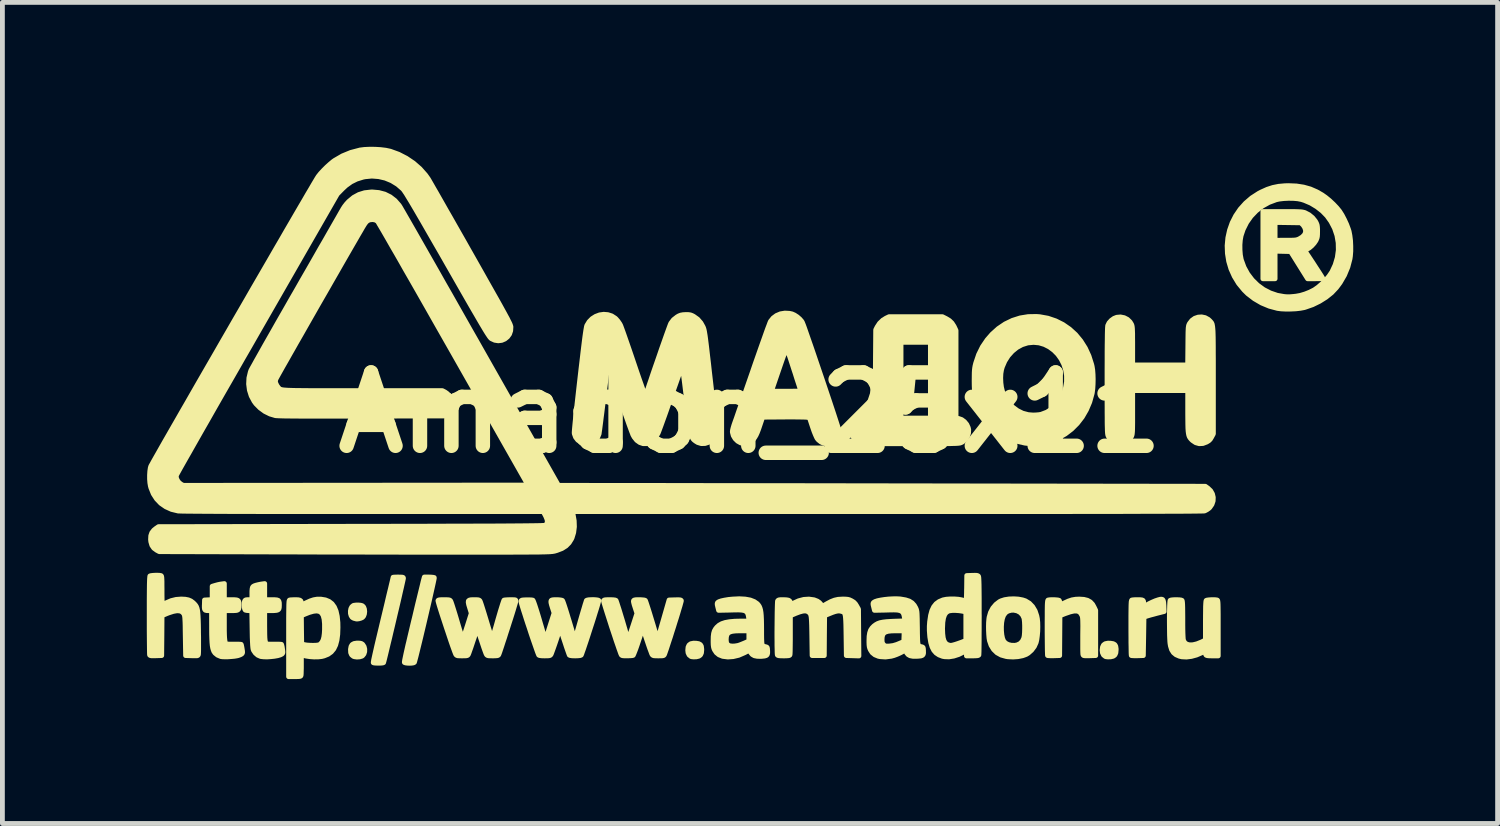
<source format=kicad_pcb>
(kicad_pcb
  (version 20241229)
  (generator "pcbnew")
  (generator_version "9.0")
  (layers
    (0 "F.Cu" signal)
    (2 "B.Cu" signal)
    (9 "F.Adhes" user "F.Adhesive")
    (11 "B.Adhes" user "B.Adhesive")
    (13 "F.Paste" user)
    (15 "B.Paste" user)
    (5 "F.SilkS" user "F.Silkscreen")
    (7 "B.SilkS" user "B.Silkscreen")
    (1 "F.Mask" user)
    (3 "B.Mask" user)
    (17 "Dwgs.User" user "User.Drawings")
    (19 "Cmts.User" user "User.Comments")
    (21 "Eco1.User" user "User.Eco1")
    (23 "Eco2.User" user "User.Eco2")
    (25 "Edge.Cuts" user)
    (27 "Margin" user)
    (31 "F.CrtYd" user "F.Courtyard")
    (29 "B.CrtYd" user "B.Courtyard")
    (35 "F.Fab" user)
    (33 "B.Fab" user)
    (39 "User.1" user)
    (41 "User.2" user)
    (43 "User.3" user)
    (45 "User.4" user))
  (footprint "Amadon_25x11"
    (layer "F.Cu")
    (at 12.534 5.523)
    (property "Reference" "Amadon_25x11" (at 0 0 0) (layer "F.SilkS") (effects (font (size 1.524 1.524) (thickness 0.3))))
    (attr through_hole)
    (fp_poly (pts (xy -1.003 4.928) (xy -1.009 4.992) (xy -1.029 5.036) (xy -1.065 5.062) (xy -1.12 5.075) (xy -1.131 5.075) (xy -1.176 5.076) (xy -1.213 5.072) (xy -1.227 5.068) (xy -1.266 5.038) (xy -1.289 4.99) (xy -1.295 4.938) (xy -1.289 4.873) (xy -1.268 4.828) (xy -1.231 4.801) (xy -1.175 4.79) (xy -1.122 4.791) (xy -1.067 4.8) (xy -1.031 4.82) (xy -1.011 4.854) (xy -1.004 4.908) (xy -1.003 4.928)) (stroke (width 0.1) (type solid)) (fill yes) (layer "F.SilkS"))
    (fp_poly (pts (xy 7.607 4.928) (xy 7.601 4.992) (xy 7.581 5.036) (xy 7.546 5.062) (xy 7.491 5.075) (xy 7.479 5.075) (xy 7.435 5.076) (xy 7.397 5.072) (xy 7.383 5.068) (xy 7.344 5.038) (xy 7.321 4.99) (xy 7.315 4.938) (xy 7.322 4.873) (xy 7.343 4.828) (xy 7.38 4.801) (xy 7.435 4.79) (xy 7.489 4.791) (xy 7.544 4.8) (xy 7.58 4.82) (xy 7.599 4.854) (xy 7.607 4.908) (xy 7.607 4.928)) (stroke (width 0.1) (type solid)) (fill yes) (layer "F.SilkS"))
    (fp_poly (pts (xy -8.005 4.913) (xy -8.006 4.967) (xy -8.022 5.016) (xy -8.051 5.052) (xy -8.064 5.061) (xy -8.111 5.075) (xy -8.168 5.079) (xy -8.221 5.072) (xy -8.242 5.064) (xy -8.279 5.034) (xy -8.299 4.988) (xy -8.302 4.924) (xy -8.302 4.916) (xy -8.291 4.858) (xy -8.268 4.819) (xy -8.227 4.797) (xy -8.168 4.788) (xy -8.152 4.788) (xy -8.105 4.79) (xy -8.075 4.797) (xy -8.052 4.812) (xy -8.046 4.818) (xy -8.018 4.861) (xy -8.005 4.913)) (stroke (width 0.1) (type solid)) (fill yes) (layer "F.SilkS"))
    (fp_poly (pts (xy -8.006 4.134) (xy -8.012 4.185) (xy -8.029 4.229) (xy -8.052 4.256) (xy -8.085 4.272) (xy -8.127 4.284) (xy -8.165 4.289) (xy -8.185 4.287) (xy -8.206 4.281) (xy -8.233 4.274) (xy -8.267 4.255) (xy -8.29 4.219) (xy -8.303 4.173) (xy -8.304 4.122) (xy -8.295 4.074) (xy -8.275 4.034) (xy -8.244 4.008) (xy -8.234 4.004) (xy -8.189 3.998) (xy -8.137 3.997) (xy -8.088 4.002) (xy -8.054 4.012) (xy -8.027 4.04) (xy -8.011 4.083) (xy -8.006 4.134)) (stroke (width 0.1) (type solid)) (fill yes) (layer "F.SilkS"))
    (fp_poly (pts (xy -6.56 3.429) (xy -6.561 3.443) (xy -6.568 3.479) (xy -6.58 3.536) (xy -6.596 3.609) (xy -6.616 3.698) (xy -6.639 3.8) (xy -6.664 3.911) (xy -6.692 4.03) (xy -6.721 4.155) (xy -6.751 4.283) (xy -6.781 4.411) (xy -6.811 4.537) (xy -6.84 4.659) (xy -6.868 4.774) (xy -6.894 4.88) (xy -6.917 4.974) (xy -6.937 5.055) (xy -6.954 5.119) (xy -6.966 5.164) (xy -6.973 5.188) (xy -6.975 5.191) (xy -6.994 5.2) (xy -7.03 5.206) (xy -7.074 5.208) (xy -7.119 5.206) (xy -7.157 5.201) (xy -7.18 5.193) (xy -7.183 5.189) (xy -7.182 5.173) (xy -7.176 5.135) (xy -7.164 5.078) (xy -7.149 5.006) (xy -7.13 4.922) (xy -7.109 4.828) (xy -7.094 4.767) (xy -7.064 4.638) (xy -7.032 4.504) (xy -7 4.368) (xy -6.967 4.233) (xy -6.936 4.101) (xy -6.906 3.975) (xy -6.877 3.857) (xy -6.851 3.75) (xy -6.828 3.656) (xy -6.809 3.578) (xy -6.795 3.518) (xy -6.785 3.479) (xy -6.782 3.469) (xy -6.768 3.416) (xy -6.668 3.416) (xy -6.62 3.418) (xy -6.582 3.422) (xy -6.561 3.427) (xy -6.56 3.429)) (stroke (width 0.1) (type solid)) (fill yes) (layer "F.SilkS"))
    (fp_poly (pts (xy 8.604 4.133) (xy 8.445 4.173) (xy 8.38 4.191) (xy 8.319 4.207) (xy 8.269 4.222) (xy 8.236 4.232) (xy 8.236 4.232) (xy 8.185 4.251) (xy 8.179 4.649) (xy 8.172 5.048) (xy 8.051 5.052) (xy 7.998 5.053) (xy 7.955 5.051) (xy 7.927 5.049) (xy 7.921 5.047) (xy 7.919 5.032) (xy 7.917 4.995) (xy 7.916 4.938) (xy 7.915 4.863) (xy 7.913 4.774) (xy 7.913 4.671) (xy 7.912 4.559) (xy 7.912 4.47) (xy 7.912 4.334) (xy 7.912 4.221) (xy 7.913 4.129) (xy 7.914 4.056) (xy 7.915 4) (xy 7.917 3.959) (xy 7.919 3.929) (xy 7.923 3.91) (xy 7.926 3.9) (xy 7.931 3.894) (xy 7.932 3.894) (xy 7.954 3.89) (xy 7.994 3.887) (xy 8.042 3.886) (xy 8.045 3.886) (xy 8.105 3.887) (xy 8.143 3.891) (xy 8.165 3.901) (xy 8.176 3.92) (xy 8.179 3.952) (xy 8.179 3.971) (xy 8.179 4.04) (xy 8.236 4) (xy 8.287 3.97) (xy 8.351 3.939) (xy 8.418 3.91) (xy 8.48 3.889) (xy 8.523 3.878) (xy 8.552 3.876) (xy 8.573 3.884) (xy 8.586 3.905) (xy 8.594 3.942) (xy 8.599 4) (xy 8.6 4.025) (xy 8.604 4.133)) (stroke (width 0.1) (type solid)) (fill yes) (layer "F.SilkS"))
    (fp_poly (pts (xy -7.201 3.442) (xy -7.204 3.458) (xy -7.212 3.496) (xy -7.225 3.554) (xy -7.242 3.63) (xy -7.263 3.72) (xy -7.286 3.822) (xy -7.312 3.935) (xy -7.34 4.055) (xy -7.37 4.18) (xy -7.4 4.308) (xy -7.43 4.436) (xy -7.46 4.561) (xy -7.488 4.682) (xy -7.516 4.796) (xy -7.541 4.901) (xy -7.563 4.993) (xy -7.582 5.071) (xy -7.597 5.132) (xy -7.608 5.174) (xy -7.614 5.194) (xy -7.614 5.195) (xy -7.63 5.201) (xy -7.663 5.205) (xy -7.706 5.207) (xy -7.752 5.206) (xy -7.793 5.204) (xy -7.821 5.2) (xy -7.829 5.196) (xy -7.829 5.188) (xy -7.826 5.168) (xy -7.821 5.137) (xy -7.811 5.091) (xy -7.798 5.031) (xy -7.781 4.956) (xy -7.76 4.863) (xy -7.734 4.752) (xy -7.703 4.622) (xy -7.667 4.471) (xy -7.626 4.299) (xy -7.579 4.104) (xy -7.544 3.958) (xy -7.518 3.846) (xy -7.493 3.741) (xy -7.47 3.648) (xy -7.451 3.567) (xy -7.435 3.501) (xy -7.424 3.453) (xy -7.418 3.427) (xy -7.417 3.421) (xy -7.405 3.419) (xy -7.374 3.417) (xy -7.329 3.416) (xy -7.309 3.416) (xy -7.256 3.417) (xy -7.224 3.419) (xy -7.208 3.424) (xy -7.202 3.433) (xy -7.201 3.442)) (stroke (width 0.1) (type solid)) (fill yes) (layer "F.SilkS"))
    (fp_poly (pts (xy 11.896 -2.799) (xy 11.895 -2.792) (xy 11.882 -2.786) (xy 11.854 -2.783) (xy 11.808 -2.782) (xy 11.743 -2.781) (xy 11.584 -2.781) (xy 11.407 -3.064) (xy 11.231 -3.346) (xy 11.07 -3.35) (xy 10.909 -3.354) (xy 10.909 -3.067) (xy 10.909 -2.781) (xy 10.782 -2.781) (xy 10.655 -2.781) (xy 10.655 -3.48) (xy 10.655 -4.178) (xy 11.061 -4.178) (xy 11.175 -4.178) (xy 11.266 -4.178) (xy 11.338 -4.177) (xy 11.393 -4.175) (xy 11.436 -4.173) (xy 11.468 -4.17) (xy 11.494 -4.165) (xy 11.515 -4.16) (xy 11.536 -4.153) (xy 11.536 -4.152) (xy 11.615 -4.111) (xy 11.688 -4.051) (xy 11.745 -3.98) (xy 11.758 -3.958) (xy 11.774 -3.924) (xy 11.784 -3.894) (xy 11.789 -3.858) (xy 11.792 -3.81) (xy 11.792 -3.766) (xy 11.791 -3.704) (xy 11.788 -3.661) (xy 11.781 -3.628) (xy 11.769 -3.597) (xy 11.758 -3.573) (xy 11.721 -3.519) (xy 11.673 -3.466) (xy 11.621 -3.422) (xy 11.571 -3.392) (xy 11.564 -3.389) (xy 11.541 -3.381) (xy 11.541 -3.791) (xy 11.524 -3.843) (xy 11.494 -3.891) (xy 11.48 -3.906) (xy 11.441 -3.943) (xy 11.175 -3.947) (xy 10.909 -3.951) (xy 10.909 -3.766) (xy 10.909 -3.581) (xy 11.128 -3.582) (xy 11.209 -3.582) (xy 11.269 -3.583) (xy 11.313 -3.585) (xy 11.346 -3.589) (xy 11.373 -3.596) (xy 11.397 -3.605) (xy 11.412 -3.612) (xy 11.475 -3.651) (xy 11.52 -3.699) (xy 11.54 -3.743) (xy 11.541 -3.791) (xy 11.541 -3.381) (xy 11.522 -3.374) (xy 11.706 -3.096) (xy 11.755 -3.02) (xy 11.8 -2.951) (xy 11.839 -2.891) (xy 11.869 -2.844) (xy 11.888 -2.812) (xy 11.896 -2.799)) (stroke (width 0.1) (type solid)) (fill yes) (layer "F.SilkS"))
    (fp_poly (pts (xy 5.98 4.448) (xy 5.978 4.543) (xy 5.97 4.635) (xy 5.959 4.717) (xy 5.945 4.777) (xy 5.907 4.861) (xy 5.85 4.937) (xy 5.781 4.998) (xy 5.74 5.023) (xy 5.704 5.037) (xy 5.704 4.495) (xy 5.704 4.42) (xy 5.701 4.351) (xy 5.695 4.294) (xy 5.69 4.267) (xy 5.66 4.204) (xy 5.612 4.153) (xy 5.55 4.12) (xy 5.478 4.105) (xy 5.425 4.107) (xy 5.358 4.125) (xy 5.307 4.159) (xy 5.269 4.213) (xy 5.264 4.223) (xy 5.243 4.284) (xy 5.229 4.36) (xy 5.223 4.446) (xy 5.224 4.534) (xy 5.232 4.618) (xy 5.247 4.69) (xy 5.268 4.743) (xy 5.307 4.787) (xy 5.363 4.818) (xy 5.43 4.834) (xy 5.504 4.835) (xy 5.553 4.825) (xy 5.611 4.797) (xy 5.657 4.748) (xy 5.687 4.685) (xy 5.689 4.677) (xy 5.697 4.631) (xy 5.702 4.568) (xy 5.704 4.495) (xy 5.704 5.037) (xy 5.662 5.052) (xy 5.567 5.071) (xy 5.464 5.078) (xy 5.359 5.073) (xy 5.32 5.067) (xy 5.217 5.038) (xy 5.13 4.99) (xy 5.06 4.922) (xy 5.007 4.836) (xy 4.973 4.737) (xy 4.964 4.683) (xy 4.958 4.61) (xy 4.954 4.528) (xy 4.953 4.442) (xy 4.955 4.36) (xy 4.961 4.29) (xy 4.966 4.253) (xy 4.995 4.152) (xy 5.043 4.061) (xy 5.107 3.985) (xy 5.182 3.927) (xy 5.215 3.91) (xy 5.29 3.886) (xy 5.38 3.872) (xy 5.478 3.868) (xy 5.575 3.874) (xy 5.664 3.891) (xy 5.721 3.91) (xy 5.804 3.96) (xy 5.871 4.03) (xy 5.924 4.119) (xy 5.959 4.225) (xy 5.97 4.28) (xy 5.978 4.358) (xy 5.98 4.448)) (stroke (width 0.1) (type solid)) (fill yes) (layer "F.SilkS"))
    (fp_poly (pts (xy 7.182 5.048) (xy 7.053 5.052) (xy 6.994 5.053) (xy 6.956 5.052) (xy 6.933 5.049) (xy 6.922 5.042) (xy 6.916 5.031) (xy 6.916 5.03) (xy 6.914 5.012) (xy 6.912 4.971) (xy 6.911 4.912) (xy 6.911 4.837) (xy 6.911 4.751) (xy 6.911 4.657) (xy 6.911 4.633) (xy 6.912 4.524) (xy 6.913 4.438) (xy 6.912 4.371) (xy 6.911 4.32) (xy 6.909 4.282) (xy 6.906 4.254) (xy 6.901 4.232) (xy 6.895 4.214) (xy 6.892 4.209) (xy 6.866 4.164) (xy 6.831 4.135) (xy 6.785 4.122) (xy 6.726 4.124) (xy 6.651 4.141) (xy 6.558 4.173) (xy 6.539 4.18) (xy 6.439 4.22) (xy 6.436 4.634) (xy 6.433 5.048) (xy 6.311 5.052) (xy 6.258 5.053) (xy 6.215 5.051) (xy 6.187 5.049) (xy 6.181 5.047) (xy 6.179 5.032) (xy 6.178 4.995) (xy 6.176 4.938) (xy 6.175 4.863) (xy 6.174 4.774) (xy 6.173 4.671) (xy 6.172 4.559) (xy 6.172 4.47) (xy 6.172 4.334) (xy 6.173 4.221) (xy 6.173 4.129) (xy 6.174 4.056) (xy 6.175 4) (xy 6.177 3.959) (xy 6.18 3.929) (xy 6.183 3.91) (xy 6.186 3.9) (xy 6.191 3.894) (xy 6.192 3.894) (xy 6.22 3.889) (xy 6.262 3.886) (xy 6.311 3.886) (xy 6.359 3.889) (xy 6.398 3.893) (xy 6.422 3.9) (xy 6.424 3.901) (xy 6.434 3.924) (xy 6.439 3.958) (xy 6.439 3.958) (xy 6.439 3.999) (xy 6.525 3.956) (xy 6.612 3.916) (xy 6.689 3.89) (xy 6.766 3.877) (xy 6.84 3.874) (xy 6.935 3.88) (xy 7.011 3.899) (xy 7.071 3.933) (xy 7.118 3.983) (xy 7.148 4.037) (xy 7.182 4.108) (xy 7.182 4.578) (xy 7.182 5.048)) (stroke (width 0.1) (type solid)) (fill yes) (layer "F.SilkS"))
    (fp_poly (pts (xy -10.544 4.984) (xy -10.549 5.001) (xy -10.561 5.015) (xy -10.565 5.018) (xy -10.593 5.033) (xy -10.634 5.048) (xy -10.659 5.054) (xy -10.712 5.063) (xy -10.776 5.069) (xy -10.844 5.074) (xy -10.908 5.075) (xy -10.961 5.073) (xy -10.994 5.069) (xy -11.064 5.04) (xy -11.117 4.997) (xy -11.141 4.963) (xy -11.154 4.931) (xy -11.165 4.893) (xy -11.174 4.843) (xy -11.18 4.781) (xy -11.184 4.704) (xy -11.187 4.607) (xy -11.188 4.489) (xy -11.188 4.429) (xy -11.189 4.115) (xy -11.249 4.115) (xy -11.292 4.113) (xy -11.32 4.105) (xy -11.334 4.087) (xy -11.339 4.054) (xy -11.339 4) (xy -11.338 3.993) (xy -11.335 3.893) (xy -11.255 3.889) (xy -11.176 3.885) (xy -11.176 3.746) (xy -11.176 3.608) (xy -11.109 3.588) (xy -11.057 3.574) (xy -11.003 3.563) (xy -10.982 3.56) (xy -10.922 3.552) (xy -10.922 3.719) (xy -10.922 3.886) (xy -10.783 3.886) (xy -10.715 3.887) (xy -10.669 3.891) (xy -10.64 3.901) (xy -10.625 3.92) (xy -10.618 3.951) (xy -10.617 3.997) (xy -10.617 4) (xy -10.618 4.047) (xy -10.624 4.079) (xy -10.639 4.099) (xy -10.667 4.11) (xy -10.712 4.114) (xy -10.777 4.115) (xy -10.783 4.115) (xy -10.922 4.115) (xy -10.922 4.419) (xy -10.922 4.527) (xy -10.92 4.613) (xy -10.917 4.678) (xy -10.912 4.727) (xy -10.906 4.762) (xy -10.897 4.785) (xy -10.885 4.8) (xy -10.88 4.804) (xy -10.862 4.808) (xy -10.824 4.81) (xy -10.772 4.811) (xy -10.723 4.811) (xy -10.665 4.81) (xy -10.617 4.811) (xy -10.584 4.813) (xy -10.573 4.815) (xy -10.567 4.831) (xy -10.56 4.864) (xy -10.552 4.909) (xy -10.552 4.91) (xy -10.545 4.956) (xy -10.544 4.984)) (stroke (width 0.1) (type solid)) (fill yes) (layer "F.SilkS"))
    (fp_poly (pts (xy -9.706 4.984) (xy -9.711 5.001) (xy -9.723 5.015) (xy -9.727 5.018) (xy -9.761 5.035) (xy -9.815 5.051) (xy -9.882 5.063) (xy -9.955 5.071) (xy -10.03 5.076) (xy -10.099 5.075) (xy -10.157 5.069) (xy -10.17 5.066) (xy -10.228 5.041) (xy -10.279 4.997) (xy -10.316 4.943) (xy -10.326 4.918) (xy -10.331 4.889) (xy -10.336 4.836) (xy -10.34 4.76) (xy -10.344 4.662) (xy -10.346 4.546) (xy -10.347 4.493) (xy -10.353 4.115) (xy -10.412 4.115) (xy -10.452 4.112) (xy -10.482 4.106) (xy -10.489 4.103) (xy -10.501 4.083) (xy -10.509 4.047) (xy -10.513 4.002) (xy -10.512 3.958) (xy -10.505 3.922) (xy -10.504 3.921) (xy -10.494 3.901) (xy -10.479 3.891) (xy -10.452 3.887) (xy -10.421 3.886) (xy -10.351 3.886) (xy -10.35 3.775) (xy -10.35 3.708) (xy -10.346 3.661) (xy -10.339 3.63) (xy -10.324 3.611) (xy -10.301 3.598) (xy -10.27 3.587) (xy -10.218 3.574) (xy -10.163 3.563) (xy -10.144 3.56) (xy -10.084 3.552) (xy -10.084 3.719) (xy -10.084 3.886) (xy -9.945 3.886) (xy -9.877 3.887) (xy -9.831 3.891) (xy -9.802 3.901) (xy -9.787 3.921) (xy -9.78 3.953) (xy -9.779 3.999) (xy -9.779 4.005) (xy -9.781 4.049) (xy -9.788 4.08) (xy -9.806 4.099) (xy -9.837 4.109) (xy -9.887 4.114) (xy -9.951 4.115) (xy -10.084 4.115) (xy -10.084 4.427) (xy -10.083 4.531) (xy -10.082 4.614) (xy -10.08 4.676) (xy -10.076 4.723) (xy -10.07 4.756) (xy -10.063 4.779) (xy -10.052 4.794) (xy -10.041 4.804) (xy -10.023 4.808) (xy -9.986 4.81) (xy -9.934 4.811) (xy -9.884 4.811) (xy -9.827 4.81) (xy -9.779 4.811) (xy -9.746 4.813) (xy -9.735 4.815) (xy -9.729 4.831) (xy -9.721 4.864) (xy -9.714 4.909) (xy -9.714 4.91) (xy -9.707 4.956) (xy -9.706 4.984)) (stroke (width 0.1) (type solid)) (fill yes) (layer "F.SilkS"))
    (fp_poly (pts (xy 9.728 5.055) (xy 9.603 5.055) (xy 9.541 5.054) (xy 9.501 5.05) (xy 9.477 5.042) (xy 9.465 5.026) (xy 9.462 5.001) (xy 9.461 4.983) (xy 9.458 4.96) (xy 9.452 4.955) (xy 9.436 4.963) (xy 9.406 4.979) (xy 9.379 4.993) (xy 9.276 5.037) (xy 9.17 5.066) (xy 9.067 5.079) (xy 8.971 5.074) (xy 8.92 5.062) (xy 8.849 5.031) (xy 8.796 4.987) (xy 8.758 4.927) (xy 8.734 4.849) (xy 8.725 4.797) (xy 8.721 4.755) (xy 8.718 4.695) (xy 8.715 4.621) (xy 8.714 4.537) (xy 8.713 4.446) (xy 8.712 4.351) (xy 8.712 4.257) (xy 8.713 4.167) (xy 8.715 4.085) (xy 8.717 4.014) (xy 8.72 3.957) (xy 8.723 3.918) (xy 8.727 3.902) (xy 8.727 3.901) (xy 8.749 3.893) (xy 8.792 3.888) (xy 8.852 3.886) (xy 8.913 3.888) (xy 8.955 3.893) (xy 8.976 3.901) (xy 8.981 3.914) (xy 8.985 3.942) (xy 8.988 3.987) (xy 8.99 4.052) (xy 8.991 4.138) (xy 8.992 4.247) (xy 8.992 4.298) (xy 8.992 4.406) (xy 8.993 4.503) (xy 8.995 4.586) (xy 8.998 4.654) (xy 9.001 4.702) (xy 9.005 4.727) (xy 9.03 4.777) (xy 9.073 4.81) (xy 9.13 4.825) (xy 9.202 4.823) (xy 9.285 4.803) (xy 9.38 4.765) (xy 9.408 4.751) (xy 9.461 4.724) (xy 9.461 4.32) (xy 9.462 4.198) (xy 9.463 4.1) (xy 9.464 4.024) (xy 9.467 3.967) (xy 9.47 3.929) (xy 9.474 3.907) (xy 9.477 3.901) (xy 9.496 3.895) (xy 9.533 3.89) (xy 9.579 3.887) (xy 9.629 3.886) (xy 9.673 3.888) (xy 9.704 3.893) (xy 9.708 3.894) (xy 9.713 3.898) (xy 9.717 3.907) (xy 9.72 3.924) (xy 9.723 3.95) (xy 9.725 3.989) (xy 9.726 4.041) (xy 9.727 4.109) (xy 9.728 4.196) (xy 9.728 4.302) (xy 9.728 4.432) (xy 9.728 4.478) (xy 9.728 5.055)) (stroke (width 0.1) (type solid)) (fill yes) (layer "F.SilkS"))
    (fp_poly (pts (xy -8.561 4.464) (xy -8.566 4.607) (xy -8.582 4.728) (xy -8.609 4.829) (xy -8.648 4.91) (xy -8.701 4.974) (xy -8.768 5.022) (xy -8.842 5.052) (xy -8.842 4.388) (xy -8.851 4.292) (xy -8.87 4.218) (xy -8.901 4.165) (xy -8.944 4.133) (xy -9.001 4.121) (xy -9.072 4.128) (xy -9.16 4.153) (xy -9.246 4.187) (xy -9.322 4.22) (xy -9.319 4.513) (xy -9.315 4.807) (xy -9.252 4.822) (xy -9.209 4.829) (xy -9.152 4.833) (xy -9.09 4.835) (xy -9.072 4.835) (xy -9.014 4.833) (xy -8.974 4.828) (xy -8.948 4.821) (xy -8.929 4.808) (xy -8.928 4.807) (xy -8.896 4.771) (xy -8.872 4.724) (xy -8.856 4.663) (xy -8.846 4.585) (xy -8.842 4.508) (xy -8.842 4.388) (xy -8.842 5.052) (xy -8.849 5.055) (xy -8.901 5.068) (xy -8.972 5.076) (xy -9.057 5.077) (xy -9.145 5.071) (xy -9.224 5.059) (xy -9.261 5.05) (xy -9.322 5.032) (xy -9.322 5.239) (xy -9.322 5.31) (xy -9.324 5.373) (xy -9.325 5.424) (xy -9.328 5.457) (xy -9.33 5.466) (xy -9.338 5.476) (xy -9.356 5.482) (xy -9.389 5.485) (xy -9.442 5.486) (xy -9.463 5.486) (xy -9.588 5.486) (xy -9.588 4.694) (xy -9.588 4.531) (xy -9.588 4.392) (xy -9.588 4.275) (xy -9.587 4.178) (xy -9.586 4.098) (xy -9.585 4.035) (xy -9.584 3.986) (xy -9.582 3.95) (xy -9.58 3.925) (xy -9.577 3.908) (xy -9.573 3.899) (xy -9.569 3.894) (xy -9.568 3.894) (xy -9.547 3.89) (xy -9.507 3.888) (xy -9.458 3.886) (xy -9.448 3.886) (xy -9.39 3.888) (xy -9.353 3.896) (xy -9.332 3.913) (xy -9.323 3.941) (xy -9.322 3.968) (xy -9.322 4) (xy -9.223 3.95) (xy -9.14 3.912) (xy -9.068 3.888) (xy -9 3.876) (xy -8.927 3.875) (xy -8.912 3.876) (xy -8.822 3.891) (xy -8.747 3.922) (xy -8.685 3.97) (xy -8.636 4.038) (xy -8.6 4.124) (xy -8.576 4.232) (xy -8.563 4.361) (xy -8.561 4.464)) (stroke (width 0.1) (type solid)) (fill yes) (layer "F.SilkS"))
    (fp_poly (pts (xy 4.543 0.353) (xy 4.54 0.426) (xy 4.516 0.498) (xy 4.473 0.561) (xy 4.415 0.61) (xy 4.388 0.624) (xy 4.377 0.628) (xy 4.365 0.632) (xy 4.348 0.635) (xy 4.326 0.638) (xy 4.297 0.64) (xy 4.258 0.642) (xy 4.209 0.643) (xy 4.147 0.645) (xy 4.071 0.645) (xy 3.979 0.646) (xy 3.869 0.647) (xy 3.747 0.647) (xy 3.747 0.114) (xy 3.747 -0.673) (xy 3.747 -1.46) (xy 3.442 -1.46) (xy 3.137 -1.46) (xy 3.137 -0.673) (xy 3.137 0.114) (xy 3.442 0.114) (xy 3.747 0.114) (xy 3.747 0.647) (xy 3.739 0.647) (xy 3.589 0.647) (xy 3.415 0.647) (xy 3.334 0.647) (xy 3.144 0.647) (xy 2.978 0.646) (xy 2.835 0.646) (xy 2.712 0.645) (xy 2.608 0.644) (xy 2.522 0.643) (xy 2.451 0.642) (xy 2.395 0.64) (xy 2.352 0.638) (xy 2.32 0.636) (xy 2.297 0.633) (xy 2.283 0.63) (xy 2.281 0.629) (xy 2.214 0.593) (xy 2.162 0.541) (xy 2.128 0.478) (xy 2.112 0.408) (xy 2.114 0.336) (xy 2.137 0.266) (xy 2.179 0.203) (xy 2.201 0.182) (xy 2.257 0.144) (xy 2.323 0.122) (xy 2.406 0.114) (xy 2.413 0.114) (xy 2.477 0.109) (xy 2.524 0.091) (xy 2.562 0.057) (xy 2.571 0.047) (xy 2.576 0.039) (xy 2.58 0.031) (xy 2.584 0.019) (xy 2.587 0.003) (xy 2.59 -0.021) (xy 2.592 -0.052) (xy 2.594 -0.095) (xy 2.596 -0.149) (xy 2.597 -0.217) (xy 2.599 -0.302) (xy 2.6 -0.404) (xy 2.601 -0.526) (xy 2.602 -0.669) (xy 2.603 -0.836) (xy 2.603 -0.855) (xy 2.61 -1.721) (xy 2.639 -1.779) (xy 2.69 -1.857) (xy 2.759 -1.923) (xy 2.826 -1.964) (xy 2.889 -1.994) (xy 3.443 -1.994) (xy 3.996 -1.994) (xy 4.074 -1.955) (xy 4.143 -1.913) (xy 4.196 -1.862) (xy 4.239 -1.795) (xy 4.25 -1.772) (xy 4.28 -1.708) (xy 4.28 -0.798) (xy 4.28 0.112) (xy 4.331 0.121) (xy 4.397 0.144) (xy 4.455 0.187) (xy 4.503 0.245) (xy 4.534 0.313) (xy 4.543 0.353)) (stroke (width 0.1) (type solid)) (fill yes) (layer "F.SilkS"))
    (fp_poly (pts (xy -11.457 4.852) (xy -11.457 4.923) (xy -11.458 4.978) (xy -11.46 5.013) (xy -11.461 5.023) (xy -11.465 5.038) (xy -11.473 5.047) (xy -11.489 5.052) (xy -11.518 5.053) (xy -11.565 5.053) (xy -11.599 5.052) (xy -11.728 5.048) (xy -11.735 4.636) (xy -11.737 4.522) (xy -11.738 4.43) (xy -11.74 4.358) (xy -11.743 4.303) (xy -11.745 4.263) (xy -11.749 4.233) (xy -11.753 4.211) (xy -11.759 4.195) (xy -11.766 4.181) (xy -11.767 4.178) (xy -11.8 4.141) (xy -11.846 4.121) (xy -11.907 4.117) (xy -11.984 4.131) (xy -12.077 4.161) (xy -12.121 4.178) (xy -12.217 4.219) (xy -12.22 4.633) (xy -12.224 5.048) (xy -12.346 5.052) (xy -12.404 5.053) (xy -12.442 5.052) (xy -12.463 5.047) (xy -12.474 5.04) (xy -12.476 5.035) (xy -12.478 5.019) (xy -12.479 4.98) (xy -12.48 4.92) (xy -12.481 4.841) (xy -12.482 4.745) (xy -12.483 4.635) (xy -12.484 4.513) (xy -12.484 4.381) (xy -12.484 4.242) (xy -12.484 4.212) (xy -12.484 4.038) (xy -12.484 3.889) (xy -12.483 3.763) (xy -12.482 3.658) (xy -12.481 3.572) (xy -12.479 3.505) (xy -12.477 3.455) (xy -12.474 3.421) (xy -12.472 3.4) (xy -12.469 3.393) (xy -12.45 3.387) (xy -12.413 3.382) (xy -12.366 3.379) (xy -12.317 3.378) (xy -12.273 3.38) (xy -12.242 3.385) (xy -12.237 3.386) (xy -12.231 3.391) (xy -12.226 3.403) (xy -12.222 3.425) (xy -12.22 3.459) (xy -12.218 3.509) (xy -12.218 3.578) (xy -12.217 3.668) (xy -12.217 3.691) (xy -12.217 3.775) (xy -12.216 3.849) (xy -12.215 3.911) (xy -12.214 3.957) (xy -12.212 3.983) (xy -12.211 3.988) (xy -12.197 3.982) (xy -12.167 3.969) (xy -12.131 3.951) (xy -12.027 3.906) (xy -11.925 3.881) (xy -11.82 3.873) (xy -11.736 3.877) (xy -11.67 3.89) (xy -11.617 3.913) (xy -11.569 3.949) (xy -11.562 3.956) (xy -11.538 3.98) (xy -11.518 4.004) (xy -11.502 4.031) (xy -11.49 4.063) (xy -11.48 4.104) (xy -11.473 4.155) (xy -11.468 4.22) (xy -11.464 4.301) (xy -11.461 4.402) (xy -11.459 4.524) (xy -11.459 4.569) (xy -11.457 4.671) (xy -11.457 4.767) (xy -11.457 4.852)) (stroke (width 0.1) (type solid)) (fill yes) (layer "F.SilkS"))
    (fp_poly (pts (xy 4.763 4.218) (xy 4.762 4.358) (xy 4.762 4.491) (xy 4.761 4.615) (xy 4.761 4.727) (xy 4.76 4.825) (xy 4.759 4.907) (xy 4.758 4.97) (xy 4.756 5.013) (xy 4.755 5.033) (xy 4.755 5.035) (xy 4.747 5.044) (xy 4.728 5.05) (xy 4.695 5.053) (xy 4.643 5.055) (xy 4.621 5.055) (xy 4.496 5.055) (xy 4.496 4.998) (xy 4.496 4.941) (xy 4.483 4.948) (xy 4.483 4.735) (xy 4.483 4.439) (xy 4.483 4.142) (xy 4.41 4.126) (xy 4.342 4.116) (xy 4.271 4.111) (xy 4.203 4.111) (xy 4.147 4.118) (xy 4.118 4.126) (xy 4.076 4.154) (xy 4.043 4.201) (xy 4.02 4.268) (xy 4.006 4.356) (xy 4.001 4.466) (xy 4 4.489) (xy 4.004 4.595) (xy 4.014 4.679) (xy 4.032 4.742) (xy 4.058 4.786) (xy 4.094 4.815) (xy 4.119 4.825) (xy 4.148 4.833) (xy 4.168 4.836) (xy 4.188 4.834) (xy 4.221 4.827) (xy 4.227 4.825) (xy 4.266 4.814) (xy 4.318 4.797) (xy 4.374 4.777) (xy 4.383 4.774) (xy 4.483 4.735) (xy 4.483 4.948) (xy 4.435 4.977) (xy 4.335 5.026) (xy 4.233 5.059) (xy 4.134 5.075) (xy 4.043 5.072) (xy 4 5.064) (xy 3.925 5.035) (xy 3.865 4.995) (xy 3.817 4.94) (xy 3.781 4.869) (xy 3.754 4.779) (xy 3.735 4.667) (xy 3.731 4.625) (xy 3.724 4.528) (xy 3.724 4.438) (xy 3.731 4.34) (xy 3.732 4.336) (xy 3.75 4.214) (xy 3.777 4.114) (xy 3.815 4.034) (xy 3.865 3.971) (xy 3.928 3.925) (xy 4.006 3.892) (xy 4.013 3.89) (xy 4.078 3.877) (xy 4.158 3.871) (xy 4.244 3.871) (xy 4.328 3.877) (xy 4.4 3.89) (xy 4.402 3.891) (xy 4.444 3.902) (xy 4.475 3.909) (xy 4.488 3.912) (xy 4.49 3.9) (xy 4.493 3.866) (xy 4.495 3.814) (xy 4.497 3.748) (xy 4.498 3.672) (xy 4.499 3.648) (xy 4.502 3.385) (xy 4.616 3.381) (xy 4.673 3.38) (xy 4.709 3.381) (xy 4.731 3.387) (xy 4.744 3.396) (xy 4.746 3.399) (xy 4.75 3.409) (xy 4.753 3.43) (xy 4.755 3.463) (xy 4.757 3.51) (xy 4.759 3.572) (xy 4.76 3.652) (xy 4.761 3.75) (xy 4.762 3.869) (xy 4.762 4.009) (xy 4.762 4.173) (xy 4.763 4.218)) (stroke (width 0.1) (type solid)) (fill yes) (layer "F.SilkS"))
    (fp_poly (pts (xy 7.13 -0.694) (xy 7.128 -0.592) (xy 7.122 -0.496) (xy 7.111 -0.413) (xy 7.107 -0.394) (xy 7.058 -0.219) (xy 6.989 -0.057) (xy 6.903 0.092) (xy 6.8 0.225) (xy 6.682 0.343) (xy 6.575 0.425) (xy 6.575 -0.642) (xy 6.575 -0.769) (xy 6.555 -0.892) (xy 6.517 -1.007) (xy 6.463 -1.114) (xy 6.394 -1.211) (xy 6.312 -1.294) (xy 6.219 -1.363) (xy 6.117 -1.415) (xy 6.007 -1.448) (xy 5.892 -1.459) (xy 5.772 -1.448) (xy 5.763 -1.446) (xy 5.65 -1.41) (xy 5.544 -1.352) (xy 5.448 -1.274) (xy 5.363 -1.179) (xy 5.294 -1.07) (xy 5.242 -0.949) (xy 5.225 -0.889) (xy 5.212 -0.811) (xy 5.208 -0.718) (xy 5.212 -0.621) (xy 5.224 -0.528) (xy 5.243 -0.449) (xy 5.244 -0.445) (xy 5.299 -0.319) (xy 5.37 -0.209) (xy 5.456 -0.117) (xy 5.555 -0.043) (xy 5.663 0.011) (xy 5.78 0.042) (xy 5.88 0.05) (xy 5.94 0.048) (xy 6 0.043) (xy 6.048 0.035) (xy 6.053 0.033) (xy 6.166 -0.01) (xy 6.272 -0.078) (xy 6.361 -0.159) (xy 6.437 -0.25) (xy 6.495 -0.348) (xy 6.538 -0.458) (xy 6.553 -0.513) (xy 6.575 -0.642) (xy 6.575 0.425) (xy 6.551 0.443) (xy 6.409 0.525) (xy 6.257 0.587) (xy 6.098 0.627) (xy 5.933 0.646) (xy 5.763 0.64) (xy 5.711 0.634) (xy 5.558 0.599) (xy 5.407 0.542) (xy 5.262 0.464) (xy 5.127 0.368) (xy 5.007 0.256) (xy 4.946 0.187) (xy 4.874 0.085) (xy 4.806 -0.034) (xy 4.747 -0.16) (xy 4.701 -0.285) (xy 4.69 -0.324) (xy 4.678 -0.373) (xy 4.669 -0.416) (xy 4.663 -0.458) (xy 4.659 -0.506) (xy 4.657 -0.565) (xy 4.656 -0.642) (xy 4.656 -0.679) (xy 4.657 -0.765) (xy 4.658 -0.83) (xy 4.661 -0.882) (xy 4.666 -0.926) (xy 4.673 -0.967) (xy 4.684 -1.012) (xy 4.689 -1.031) (xy 4.748 -1.206) (xy 4.827 -1.366) (xy 4.927 -1.514) (xy 5.028 -1.63) (xy 5.158 -1.747) (xy 5.3 -1.843) (xy 5.453 -1.917) (xy 5.613 -1.968) (xy 5.779 -1.995) (xy 5.949 -1.998) (xy 6.017 -1.993) (xy 6.188 -1.962) (xy 6.35 -1.907) (xy 6.5 -1.832) (xy 6.639 -1.736) (xy 6.764 -1.622) (xy 6.873 -1.49) (xy 6.967 -1.341) (xy 7.042 -1.178) (xy 7.098 -1.002) (xy 7.108 -0.961) (xy 7.12 -0.886) (xy 7.127 -0.795) (xy 7.13 -0.694)) (stroke (width 0.1) (type solid)) (fill yes) (layer "F.SilkS"))
    (fp_poly (pts (xy 2.262 5.056) (xy 2.131 5.052) (xy 2 5.048) (xy 1.994 4.629) (xy 1.992 4.506) (xy 1.99 4.407) (xy 1.987 4.328) (xy 1.983 4.266) (xy 1.978 4.22) (xy 1.97 4.187) (xy 1.96 4.164) (xy 1.946 4.149) (xy 1.928 4.139) (xy 1.907 4.132) (xy 1.892 4.128) (xy 1.856 4.121) (xy 1.817 4.123) (xy 1.771 4.133) (xy 1.711 4.153) (xy 1.642 4.181) (xy 1.55 4.219) (xy 1.546 4.633) (xy 1.543 5.048) (xy 1.416 5.048) (xy 1.289 5.048) (xy 1.283 4.636) (xy 1.281 4.518) (xy 1.279 4.423) (xy 1.276 4.348) (xy 1.273 4.291) (xy 1.269 4.247) (xy 1.263 4.215) (xy 1.256 4.192) (xy 1.246 4.175) (xy 1.234 4.161) (xy 1.224 4.151) (xy 1.189 4.129) (xy 1.147 4.12) (xy 1.094 4.125) (xy 1.028 4.143) (xy 0.945 4.174) (xy 0.93 4.181) (xy 0.838 4.22) (xy 0.838 4.617) (xy 0.838 4.716) (xy 0.837 4.807) (xy 0.836 4.887) (xy 0.835 4.953) (xy 0.833 5.002) (xy 0.831 5.029) (xy 0.83 5.035) (xy 0.822 5.044) (xy 0.804 5.05) (xy 0.771 5.053) (xy 0.718 5.055) (xy 0.699 5.055) (xy 0.639 5.054) (xy 0.601 5.051) (xy 0.579 5.046) (xy 0.568 5.038) (xy 0.567 5.035) (xy 0.564 5.016) (xy 0.562 4.975) (xy 0.561 4.915) (xy 0.559 4.84) (xy 0.559 4.753) (xy 0.558 4.656) (xy 0.558 4.554) (xy 0.559 4.45) (xy 0.56 4.346) (xy 0.561 4.246) (xy 0.562 4.153) (xy 0.564 4.071) (xy 0.566 4.002) (xy 0.568 3.951) (xy 0.57 3.919) (xy 0.572 3.911) (xy 0.582 3.899) (xy 0.599 3.891) (xy 0.628 3.887) (xy 0.676 3.886) (xy 0.692 3.886) (xy 0.757 3.889) (xy 0.8 3.897) (xy 0.825 3.913) (xy 0.837 3.938) (xy 0.838 3.957) (xy 0.839 3.978) (xy 0.846 3.985) (xy 0.864 3.98) (xy 0.897 3.962) (xy 0.907 3.956) (xy 1.009 3.909) (xy 1.116 3.881) (xy 1.223 3.874) (xy 1.325 3.888) (xy 1.341 3.893) (xy 1.399 3.916) (xy 1.443 3.947) (xy 1.48 3.989) (xy 1.506 4.022) (xy 1.597 3.969) (xy 1.68 3.925) (xy 1.754 3.896) (xy 1.829 3.879) (xy 1.913 3.874) (xy 1.93 3.873) (xy 1.989 3.875) (xy 2.031 3.879) (xy 2.065 3.888) (xy 2.101 3.905) (xy 2.108 3.908) (xy 2.155 3.937) (xy 2.189 3.972) (xy 2.215 4.013) (xy 2.254 4.083) (xy 2.258 4.569) (xy 2.262 5.056)) (stroke (width 0.1) (type solid)) (fill yes) (layer "F.SilkS"))
    (fp_poly (pts (xy 0.366 4.996) (xy 0.358 5.028) (xy 0.338 5.047) (xy 0.302 5.058) (xy 0.245 5.064) (xy 0.231 5.065) (xy 0.151 5.064) (xy 0.09 5.052) (xy 0.045 5.026) (xy 0.012 4.986) (xy 0.011 4.985) (xy -0.007 4.958) (xy -0.021 4.944) (xy -0.024 4.943) (xy -0.025 4.944) (xy -0.025 4.746) (xy -0.025 4.64) (xy -0.025 4.534) (xy -0.198 4.534) (xy -0.294 4.536) (xy -0.367 4.544) (xy -0.421 4.559) (xy -0.458 4.584) (xy -0.481 4.619) (xy -0.492 4.667) (xy -0.495 4.725) (xy -0.488 4.783) (xy -0.465 4.822) (xy -0.425 4.844) (xy -0.365 4.851) (xy -0.312 4.848) (xy -0.259 4.839) (xy -0.24 4.835) (xy -0.198 4.82) (xy -0.146 4.799) (xy -0.105 4.782) (xy -0.025 4.746) (xy -0.025 4.944) (xy -0.038 4.95) (xy -0.069 4.966) (xy -0.111 4.988) (xy -0.126 4.995) (xy -0.237 5.043) (xy -0.351 5.07) (xy -0.461 5.078) (xy -0.564 5.065) (xy -0.572 5.063) (xy -0.646 5.033) (xy -0.701 4.988) (xy -0.739 4.931) (xy -0.753 4.899) (xy -0.761 4.867) (xy -0.766 4.827) (xy -0.768 4.773) (xy -0.768 4.737) (xy -0.766 4.653) (xy -0.758 4.588) (xy -0.743 4.536) (xy -0.718 4.492) (xy -0.691 4.458) (xy -0.644 4.416) (xy -0.587 4.384) (xy -0.515 4.36) (xy -0.426 4.344) (xy -0.319 4.334) (xy -0.189 4.331) (xy -0.186 4.331) (xy -0.022 4.331) (xy -0.03 4.26) (xy -0.04 4.205) (xy -0.055 4.163) (xy -0.08 4.134) (xy -0.118 4.114) (xy -0.171 4.104) (xy -0.244 4.1) (xy -0.33 4.101) (xy -0.402 4.103) (xy -0.472 4.105) (xy -0.533 4.106) (xy -0.576 4.107) (xy -0.578 4.107) (xy -0.654 4.108) (xy -0.672 4.036) (xy -0.682 3.992) (xy -0.683 3.964) (xy -0.676 3.947) (xy -0.675 3.946) (xy -0.648 3.928) (xy -0.599 3.911) (xy -0.531 3.896) (xy -0.447 3.882) (xy -0.365 3.874) (xy -0.224 3.867) (xy -0.1 3.874) (xy 0.004 3.893) (xy 0.088 3.926) (xy 0.151 3.97) (xy 0.172 3.994) (xy 0.192 4.023) (xy 0.207 4.058) (xy 0.219 4.099) (xy 0.228 4.152) (xy 0.234 4.218) (xy 0.238 4.3) (xy 0.24 4.403) (xy 0.241 4.51) (xy 0.241 4.611) (xy 0.242 4.69) (xy 0.244 4.749) (xy 0.247 4.792) (xy 0.254 4.821) (xy 0.263 4.84) (xy 0.277 4.851) (xy 0.295 4.857) (xy 0.318 4.862) (xy 0.321 4.863) (xy 0.344 4.869) (xy 0.356 4.879) (xy 0.362 4.9) (xy 0.365 4.939) (xy 0.366 4.948) (xy 0.366 4.996)) (stroke (width 0.1) (type solid)) (fill yes) (layer "F.SilkS"))
    (fp_poly (pts (xy -3.142 3.903) (xy -3.145 3.918) (xy -3.155 3.954) (xy -3.17 4.008) (xy -3.191 4.078) (xy -3.217 4.16) (xy -3.245 4.251) (xy -3.276 4.349) (xy -3.309 4.45) (xy -3.342 4.552) (xy -3.374 4.652) (xy -3.405 4.746) (xy -3.434 4.832) (xy -3.459 4.907) (xy -3.481 4.968) (xy -3.496 5.012) (xy -3.506 5.036) (xy -3.508 5.039) (xy -3.53 5.048) (xy -3.576 5.053) (xy -3.633 5.055) (xy -3.698 5.053) (xy -3.738 5.047) (xy -3.755 5.039) (xy -3.762 5.022) (xy -3.775 4.986) (xy -3.794 4.932) (xy -3.817 4.866) (xy -3.842 4.789) (xy -3.855 4.75) (xy -3.945 4.477) (xy -4.031 4.737) (xy -4.058 4.816) (xy -4.083 4.887) (xy -4.105 4.948) (xy -4.122 4.995) (xy -4.133 5.022) (xy -4.136 5.026) (xy -4.146 5.04) (xy -4.161 5.048) (xy -4.187 5.053) (xy -4.228 5.054) (xy -4.266 5.055) (xy -4.333 5.053) (xy -4.375 5.047) (xy -4.391 5.039) (xy -4.399 5.021) (xy -4.414 4.983) (xy -4.434 4.927) (xy -4.459 4.855) (xy -4.488 4.772) (xy -4.52 4.68) (xy -4.553 4.582) (xy -4.586 4.48) (xy -4.62 4.379) (xy -4.652 4.281) (xy -4.681 4.189) (xy -4.708 4.106) (xy -4.73 4.035) (xy -4.747 3.978) (xy -4.757 3.94) (xy -4.76 3.923) (xy -4.76 3.923) (xy -4.757 3.908) (xy -4.748 3.899) (xy -4.73 3.894) (xy -4.695 3.891) (xy -4.642 3.889) (xy -4.589 3.889) (xy -4.545 3.891) (xy -4.517 3.895) (xy -4.511 3.897) (xy -4.503 3.912) (xy -4.489 3.947) (xy -4.47 4.001) (xy -4.448 4.069) (xy -4.423 4.148) (xy -4.398 4.23) (xy -4.371 4.322) (xy -4.345 4.411) (xy -4.321 4.492) (xy -4.301 4.56) (xy -4.285 4.613) (xy -4.277 4.64) (xy -4.251 4.727) (xy -4.162 4.446) (xy -4.072 4.164) (xy -4.106 4.059) (xy -4.126 3.994) (xy -4.137 3.948) (xy -4.138 3.918) (xy -4.131 3.901) (xy -4.12 3.894) (xy -4.091 3.888) (xy -4.048 3.886) (xy -3.999 3.886) (xy -3.952 3.89) (xy -3.915 3.896) (xy -3.897 3.903) (xy -3.889 3.919) (xy -3.875 3.956) (xy -3.856 4.012) (xy -3.833 4.083) (xy -3.807 4.166) (xy -3.779 4.259) (xy -3.76 4.32) (xy -3.64 4.721) (xy -3.525 4.319) (xy -3.497 4.222) (xy -3.471 4.133) (xy -3.447 4.054) (xy -3.428 3.988) (xy -3.412 3.939) (xy -3.403 3.909) (xy -3.4 3.902) (xy -3.382 3.894) (xy -3.347 3.888) (xy -3.301 3.886) (xy -3.251 3.885) (xy -3.204 3.888) (xy -3.166 3.893) (xy -3.145 3.9) (xy -3.142 3.903)) (stroke (width 0.1) (type solid)) (fill yes) (layer "F.SilkS"))
    (fp_poly (pts (xy 12.482 -3.462) (xy 12.482 -3.352) (xy 12.474 -3.25) (xy 12.466 -3.196) (xy 12.421 -3.024) (xy 12.352 -2.857) (xy 12.261 -2.7) (xy 12.222 -2.647) (xy 12.222 -3.376) (xy 12.219 -3.53) (xy 12.193 -3.682) (xy 12.143 -3.83) (xy 12.07 -3.97) (xy 11.987 -4.087) (xy 11.891 -4.186) (xy 11.777 -4.275) (xy 11.651 -4.351) (xy 11.518 -4.408) (xy 11.455 -4.428) (xy 11.379 -4.443) (xy 11.286 -4.451) (xy 11.185 -4.452) (xy 11.084 -4.447) (xy 10.992 -4.436) (xy 10.929 -4.422) (xy 10.78 -4.366) (xy 10.642 -4.289) (xy 10.517 -4.192) (xy 10.408 -4.078) (xy 10.318 -3.95) (xy 10.247 -3.808) (xy 10.203 -3.677) (xy 10.187 -3.589) (xy 10.179 -3.487) (xy 10.18 -3.38) (xy 10.188 -3.276) (xy 10.205 -3.185) (xy 10.209 -3.17) (xy 10.264 -3.02) (xy 10.34 -2.882) (xy 10.434 -2.758) (xy 10.544 -2.65) (xy 10.669 -2.559) (xy 10.806 -2.488) (xy 10.952 -2.438) (xy 11.092 -2.413) (xy 11.134 -2.409) (xy 11.17 -2.407) (xy 11.205 -2.407) (xy 11.248 -2.41) (xy 11.304 -2.415) (xy 11.347 -2.42) (xy 11.434 -2.436) (xy 11.531 -2.465) (xy 11.629 -2.504) (xy 11.718 -2.549) (xy 11.725 -2.553) (xy 11.802 -2.607) (xy 11.882 -2.676) (xy 11.961 -2.755) (xy 12.029 -2.836) (xy 12.082 -2.914) (xy 12.087 -2.921) (xy 12.156 -3.069) (xy 12.201 -3.221) (xy 12.222 -3.376) (xy 12.222 -2.647) (xy 12.183 -2.595) (xy 12.085 -2.491) (xy 11.966 -2.396) (xy 11.832 -2.312) (xy 11.689 -2.242) (xy 11.54 -2.19) (xy 11.514 -2.182) (xy 11.435 -2.167) (xy 11.339 -2.156) (xy 11.235 -2.151) (xy 11.13 -2.15) (xy 11.034 -2.155) (xy 10.958 -2.165) (xy 10.79 -2.21) (xy 10.629 -2.277) (xy 10.478 -2.365) (xy 10.34 -2.471) (xy 10.263 -2.547) (xy 10.15 -2.684) (xy 10.06 -2.832) (xy 9.991 -2.986) (xy 9.944 -3.145) (xy 9.918 -3.307) (xy 9.912 -3.471) (xy 9.927 -3.633) (xy 9.962 -3.791) (xy 10.016 -3.944) (xy 10.09 -4.09) (xy 10.183 -4.227) (xy 10.294 -4.351) (xy 10.423 -4.462) (xy 10.57 -4.557) (xy 10.624 -4.585) (xy 10.746 -4.64) (xy 10.863 -4.678) (xy 10.982 -4.702) (xy 11.113 -4.714) (xy 11.189 -4.716) (xy 11.353 -4.709) (xy 11.501 -4.686) (xy 11.64 -4.647) (xy 11.775 -4.588) (xy 11.885 -4.525) (xy 11.959 -4.473) (xy 12.04 -4.407) (xy 12.12 -4.332) (xy 12.192 -4.256) (xy 12.249 -4.186) (xy 12.251 -4.183) (xy 12.301 -4.104) (xy 12.35 -4.01) (xy 12.396 -3.91) (xy 12.432 -3.813) (xy 12.447 -3.766) (xy 12.464 -3.678) (xy 12.477 -3.574) (xy 12.482 -3.462)) (stroke (width 0.1) (type solid)) (fill yes) (layer "F.SilkS"))
    (fp_poly (pts (xy 3.605 4.995) (xy 3.598 5.026) (xy 3.579 5.046) (xy 3.546 5.057) (xy 3.493 5.062) (xy 3.456 5.064) (xy 3.381 5.063) (xy 3.325 5.052) (xy 3.284 5.029) (xy 3.253 4.992) (xy 3.242 4.972) (xy 3.227 4.945) (xy 3.216 4.937) (xy 3.201 4.945) (xy 3.201 4.534) (xy 3.035 4.534) (xy 2.94 4.536) (xy 2.867 4.544) (xy 2.814 4.56) (xy 2.778 4.585) (xy 2.756 4.621) (xy 2.745 4.67) (xy 2.743 4.718) (xy 2.745 4.763) (xy 2.754 4.793) (xy 2.772 4.817) (xy 2.776 4.822) (xy 2.795 4.839) (xy 2.815 4.848) (xy 2.842 4.851) (xy 2.885 4.85) (xy 2.9 4.849) (xy 2.974 4.839) (xy 3.048 4.817) (xy 3.092 4.799) (xy 3.194 4.756) (xy 3.198 4.645) (xy 3.201 4.534) (xy 3.201 4.945) (xy 3.201 4.945) (xy 3.165 4.97) (xy 3.113 4.997) (xy 3.052 5.024) (xy 2.99 5.047) (xy 2.935 5.062) (xy 2.814 5.078) (xy 2.706 5.071) (xy 2.666 5.063) (xy 2.593 5.033) (xy 2.537 4.988) (xy 2.5 4.931) (xy 2.486 4.899) (xy 2.477 4.867) (xy 2.472 4.827) (xy 2.47 4.773) (xy 2.47 4.737) (xy 2.473 4.647) (xy 2.484 4.577) (xy 2.503 4.52) (xy 2.534 4.473) (xy 2.572 4.434) (xy 2.611 4.405) (xy 2.652 4.382) (xy 2.701 4.364) (xy 2.761 4.352) (xy 2.836 4.343) (xy 2.93 4.337) (xy 2.995 4.334) (xy 3.216 4.327) (xy 3.208 4.265) (xy 3.197 4.207) (xy 3.181 4.164) (xy 3.155 4.134) (xy 3.116 4.114) (xy 3.062 4.103) (xy 2.989 4.1) (xy 2.915 4.101) (xy 2.843 4.103) (xy 2.772 4.105) (xy 2.71 4.106) (xy 2.667 4.107) (xy 2.584 4.108) (xy 2.566 4.035) (xy 2.556 3.993) (xy 2.554 3.968) (xy 2.559 3.952) (xy 2.567 3.943) (xy 2.597 3.925) (xy 2.648 3.908) (xy 2.715 3.894) (xy 2.793 3.882) (xy 2.877 3.873) (xy 2.963 3.868) (xy 3.045 3.867) (xy 3.12 3.871) (xy 3.132 3.873) (xy 3.231 3.89) (xy 3.308 3.915) (xy 3.368 3.953) (xy 3.413 4.003) (xy 3.44 4.05) (xy 3.45 4.072) (xy 3.458 4.092) (xy 3.463 4.113) (xy 3.468 4.14) (xy 3.471 4.176) (xy 3.473 4.223) (xy 3.475 4.286) (xy 3.476 4.367) (xy 3.478 4.47) (xy 3.478 4.473) (xy 3.479 4.58) (xy 3.481 4.665) (xy 3.483 4.73) (xy 3.486 4.777) (xy 3.492 4.811) (xy 3.5 4.833) (xy 3.511 4.847) (xy 3.525 4.855) (xy 3.544 4.86) (xy 3.559 4.863) (xy 3.582 4.869) (xy 3.595 4.879) (xy 3.601 4.9) (xy 3.604 4.939) (xy 3.604 4.948) (xy 3.605 4.995)) (stroke (width 0.1) (type solid)) (fill yes) (layer "F.SilkS"))
    (fp_poly (pts (xy 9.627 -0.923) (xy 9.627 -0.733) (xy 9.627 -0.669) (xy 9.627 0.442) (xy 9.591 0.509) (xy 9.563 0.555) (xy 9.531 0.586) (xy 9.488 0.612) (xy 9.409 0.642) (xy 9.332 0.646) (xy 9.258 0.625) (xy 9.191 0.58) (xy 9.177 0.567) (xy 9.156 0.545) (xy 9.139 0.523) (xy 9.125 0.499) (xy 9.115 0.47) (xy 9.107 0.432) (xy 9.101 0.384) (xy 9.097 0.323) (xy 9.095 0.245) (xy 9.094 0.149) (xy 9.093 0.032) (xy 9.093 -0.031) (xy 9.093 -0.457) (xy 8.522 -0.457) (xy 7.95 -0.457) (xy 7.95 -0.006) (xy 7.95 0.114) (xy 7.95 0.211) (xy 7.949 0.288) (xy 7.948 0.348) (xy 7.946 0.394) (xy 7.943 0.427) (xy 7.94 0.452) (xy 7.935 0.471) (xy 7.93 0.486) (xy 7.926 0.494) (xy 7.878 0.561) (xy 7.816 0.61) (xy 7.744 0.639) (xy 7.666 0.645) (xy 7.59 0.629) (xy 7.525 0.593) (xy 7.47 0.538) (xy 7.441 0.489) (xy 7.437 0.479) (xy 7.433 0.467) (xy 7.43 0.452) (xy 7.427 0.431) (xy 7.425 0.404) (xy 7.423 0.368) (xy 7.422 0.322) (xy 7.42 0.264) (xy 7.419 0.192) (xy 7.419 0.106) (xy 7.418 0.002) (xy 7.418 -0.12) (xy 7.417 -0.261) (xy 7.417 -0.425) (xy 7.417 -0.612) (xy 7.417 -0.66) (xy 7.417 -0.881) (xy 7.418 -1.076) (xy 7.418 -1.248) (xy 7.419 -1.395) (xy 7.421 -1.519) (xy 7.422 -1.621) (xy 7.424 -1.7) (xy 7.426 -1.758) (xy 7.429 -1.795) (xy 7.431 -1.81) (xy 7.458 -1.866) (xy 7.504 -1.917) (xy 7.561 -1.958) (xy 7.619 -1.981) (xy 7.697 -1.988) (xy 7.773 -1.973) (xy 7.841 -1.938) (xy 7.896 -1.885) (xy 7.926 -1.836) (xy 7.933 -1.819) (xy 7.938 -1.8) (xy 7.942 -1.775) (xy 7.945 -1.742) (xy 7.947 -1.696) (xy 7.949 -1.637) (xy 7.949 -1.559) (xy 7.95 -1.461) (xy 7.95 -1.387) (xy 7.95 -0.991) (xy 8.521 -0.991) (xy 9.092 -0.991) (xy 9.096 -1.394) (xy 9.097 -1.506) (xy 9.098 -1.595) (xy 9.099 -1.665) (xy 9.101 -1.718) (xy 9.103 -1.758) (xy 9.107 -1.787) (xy 9.111 -1.809) (xy 9.117 -1.826) (xy 9.124 -1.841) (xy 9.131 -1.854) (xy 9.179 -1.916) (xy 9.24 -1.96) (xy 9.31 -1.984) (xy 9.383 -1.989) (xy 9.455 -1.974) (xy 9.521 -1.938) (xy 9.553 -1.909) (xy 9.565 -1.896) (xy 9.576 -1.884) (xy 9.586 -1.872) (xy 9.594 -1.858) (xy 9.602 -1.839) (xy 9.607 -1.815) (xy 9.612 -1.785) (xy 9.616 -1.745) (xy 9.62 -1.695) (xy 9.622 -1.634) (xy 9.624 -1.559) (xy 9.625 -1.468) (xy 9.626 -1.361) (xy 9.626 -1.236) (xy 9.627 -1.09) (xy 9.627 -0.923)) (stroke (width 0.1) (type solid)) (fill yes) (layer "F.SilkS"))
    (fp_poly (pts (xy 1.854 0.393) (xy 1.842 0.464) (xy 1.808 0.528) (xy 1.757 0.582) (xy 1.693 0.622) (xy 1.62 0.644) (xy 1.581 0.648) (xy 1.526 0.637) (xy 1.47 0.609) (xy 1.419 0.568) (xy 1.393 0.537) (xy 1.377 0.506) (xy 1.355 0.456) (xy 1.33 0.394) (xy 1.306 0.325) (xy 1.296 0.296) (xy 1.234 0.108) (xy 1.187 0.098) (xy 1.163 0.096) (xy 1.117 0.094) (xy 1.053 0.093) (xy 1.051 0.093) (xy 1.051 -0.46) (xy 1.046 -0.476) (xy 1.034 -0.513) (xy 1.016 -0.568) (xy 0.993 -0.638) (xy 0.966 -0.721) (xy 0.937 -0.814) (xy 0.913 -0.886) (xy 0.877 -0.998) (xy 0.848 -1.087) (xy 0.825 -1.157) (xy 0.806 -1.21) (xy 0.791 -1.247) (xy 0.78 -1.272) (xy 0.771 -1.286) (xy 0.763 -1.292) (xy 0.757 -1.293) (xy 0.749 -1.288) (xy 0.739 -1.274) (xy 0.727 -1.25) (xy 0.711 -1.213) (xy 0.691 -1.16) (xy 0.666 -1.09) (xy 0.635 -1.001) (xy 0.597 -0.89) (xy 0.589 -0.867) (xy 0.445 -0.445) (xy 0.751 -0.445) (xy 0.851 -0.445) (xy 0.927 -0.446) (xy 0.983 -0.447) (xy 1.021 -0.45) (xy 1.043 -0.453) (xy 1.051 -0.458) (xy 1.051 -0.46) (xy 1.051 0.093) (xy 0.973 0.092) (xy 0.881 0.091) (xy 0.78 0.091) (xy 0.701 0.092) (xy 0.263 0.095) (xy 0.209 0.254) (xy 0.178 0.345) (xy 0.151 0.415) (xy 0.126 0.47) (xy 0.1 0.514) (xy 0.073 0.552) (xy 0.06 0.567) (xy 0.002 0.617) (xy -0.063 0.643) (xy -0.135 0.644) (xy -0.195 0.629) (xy -0.258 0.594) (xy -0.311 0.542) (xy -0.349 0.478) (xy -0.367 0.41) (xy -0.368 0.392) (xy -0.364 0.361) (xy -0.352 0.313) (xy -0.335 0.256) (xy -0.318 0.207) (xy -0.306 0.173) (xy -0.286 0.118) (xy -0.26 0.042) (xy -0.228 -0.051) (xy -0.19 -0.159) (xy -0.148 -0.28) (xy -0.102 -0.413) (xy -0.053 -0.554) (xy -0.001 -0.703) (xy 0.052 -0.855) (xy 0.063 -0.888) (xy 0.115 -1.039) (xy 0.166 -1.184) (xy 0.214 -1.321) (xy 0.259 -1.448) (xy 0.3 -1.563) (xy 0.336 -1.665) (xy 0.367 -1.751) (xy 0.393 -1.819) (xy 0.411 -1.868) (xy 0.423 -1.895) (xy 0.425 -1.899) (xy 0.479 -1.966) (xy 0.549 -2.018) (xy 0.632 -2.053) (xy 0.723 -2.068) (xy 0.818 -2.063) (xy 0.873 -2.051) (xy 0.924 -2.028) (xy 0.981 -1.991) (xy 1.033 -1.946) (xy 1.073 -1.9) (xy 1.086 -1.879) (xy 1.095 -1.857) (xy 1.112 -1.814) (xy 1.135 -1.751) (xy 1.163 -1.67) (xy 1.196 -1.575) (xy 1.234 -1.466) (xy 1.276 -1.346) (xy 1.32 -1.217) (xy 1.366 -1.081) (xy 1.414 -0.94) (xy 1.463 -0.796) (xy 1.512 -0.652) (xy 1.56 -0.509) (xy 1.607 -0.369) (xy 1.652 -0.235) (xy 1.694 -0.108) (xy 1.733 0.009) (xy 1.767 0.114) (xy 1.797 0.206) (xy 1.821 0.282) (xy 1.839 0.339) (xy 1.85 0.377) (xy 1.854 0.393)) (stroke (width 0.1) (type solid)) (fill yes) (layer "F.SilkS"))
    (fp_poly (pts (xy -1.427 3.906) (xy -1.429 3.921) (xy -1.439 3.957) (xy -1.454 4.012) (xy -1.475 4.081) (xy -1.499 4.163) (xy -1.527 4.255) (xy -1.558 4.352) (xy -1.589 4.453) (xy -1.622 4.555) (xy -1.653 4.655) (xy -1.684 4.748) (xy -1.712 4.834) (xy -1.736 4.908) (xy -1.757 4.968) (xy -1.772 5.011) (xy -1.778 5.026) (xy -1.786 5.04) (xy -1.798 5.048) (xy -1.82 5.053) (xy -1.858 5.054) (xy -1.904 5.055) (xy -1.959 5.054) (xy -1.995 5.052) (xy -2.016 5.046) (xy -2.029 5.036) (xy -2.037 5.026) (xy -2.046 5.006) (xy -2.061 4.965) (xy -2.082 4.909) (xy -2.106 4.84) (xy -2.132 4.763) (xy -2.141 4.737) (xy -2.227 4.477) (xy -2.32 4.755) (xy -2.347 4.835) (xy -2.372 4.907) (xy -2.395 4.967) (xy -2.413 5.012) (xy -2.425 5.039) (xy -2.429 5.044) (xy -2.448 5.049) (xy -2.486 5.052) (xy -2.535 5.054) (xy -2.555 5.054) (xy -2.611 5.054) (xy -2.646 5.051) (xy -2.666 5.045) (xy -2.676 5.034) (xy -2.677 5.032) (xy -2.688 5.007) (xy -2.704 4.962) (xy -2.726 4.901) (xy -2.752 4.825) (xy -2.782 4.739) (xy -2.813 4.644) (xy -2.846 4.545) (xy -2.88 4.443) (xy -2.912 4.342) (xy -2.943 4.245) (xy -2.972 4.155) (xy -2.997 4.075) (xy -3.018 4.007) (xy -3.034 3.954) (xy -3.043 3.92) (xy -3.045 3.908) (xy -3.037 3.898) (xy -3.021 3.891) (xy -2.991 3.888) (xy -2.943 3.886) (xy -2.917 3.886) (xy -2.848 3.888) (xy -2.804 3.893) (xy -2.784 3.902) (xy -2.778 3.917) (xy -2.765 3.954) (xy -2.748 4.008) (xy -2.726 4.075) (xy -2.702 4.153) (xy -2.676 4.239) (xy -2.649 4.327) (xy -2.623 4.416) (xy -2.598 4.501) (xy -2.576 4.58) (xy -2.557 4.647) (xy -2.544 4.689) (xy -2.535 4.709) (xy -2.528 4.708) (xy -2.526 4.704) (xy -2.519 4.685) (xy -2.506 4.646) (xy -2.488 4.591) (xy -2.465 4.523) (xy -2.44 4.447) (xy -2.433 4.426) (xy -2.35 4.171) (xy -2.388 4.054) (xy -2.408 3.992) (xy -2.419 3.949) (xy -2.424 3.922) (xy -2.421 3.906) (xy -2.412 3.897) (xy -2.406 3.894) (xy -2.378 3.888) (xy -2.336 3.886) (xy -2.287 3.886) (xy -2.24 3.889) (xy -2.2 3.893) (xy -2.177 3.9) (xy -2.175 3.902) (xy -2.168 3.918) (xy -2.155 3.955) (xy -2.137 4.01) (xy -2.114 4.081) (xy -2.088 4.164) (xy -2.06 4.256) (xy -2.041 4.318) (xy -2.008 4.427) (xy -1.982 4.514) (xy -1.961 4.58) (xy -1.945 4.629) (xy -1.933 4.662) (xy -1.925 4.682) (xy -1.918 4.69) (xy -1.913 4.688) (xy -1.909 4.679) (xy -1.906 4.667) (xy -1.898 4.642) (xy -1.885 4.596) (xy -1.867 4.533) (xy -1.845 4.456) (xy -1.82 4.37) (xy -1.793 4.276) (xy -1.787 4.255) (xy -1.683 3.893) (xy -1.559 3.889) (xy -1.5 3.888) (xy -1.463 3.889) (xy -1.441 3.893) (xy -1.43 3.901) (xy -1.427 3.906)) (stroke (width 0.1) (type solid)) (fill yes) (layer "F.SilkS"))
    (fp_poly (pts (xy -4.864 3.916) (xy -4.868 3.933) (xy -4.879 3.971) (xy -4.896 4.027) (xy -4.917 4.098) (xy -4.943 4.182) (xy -4.972 4.274) (xy -5.004 4.373) (xy -5.036 4.474) (xy -5.069 4.575) (xy -5.1 4.674) (xy -5.131 4.766) (xy -5.158 4.85) (xy -5.182 4.921) (xy -5.201 4.978) (xy -5.215 5.016) (xy -5.222 5.032) (xy -5.231 5.043) (xy -5.25 5.05) (xy -5.282 5.053) (xy -5.333 5.055) (xy -5.347 5.055) (xy -5.402 5.054) (xy -5.437 5.052) (xy -5.458 5.046) (xy -5.471 5.036) (xy -5.478 5.026) (xy -5.489 5.003) (xy -5.506 4.957) (xy -5.531 4.887) (xy -5.562 4.794) (xy -5.6 4.68) (xy -5.644 4.544) (xy -5.659 4.496) (xy -5.665 4.502) (xy -5.677 4.529) (xy -5.694 4.574) (xy -5.716 4.633) (xy -5.74 4.704) (xy -5.752 4.738) (xy -5.778 4.816) (xy -5.802 4.888) (xy -5.824 4.949) (xy -5.84 4.995) (xy -5.851 5.022) (xy -5.853 5.026) (xy -5.862 5.04) (xy -5.876 5.048) (xy -5.9 5.053) (xy -5.94 5.054) (xy -5.982 5.055) (xy -6.037 5.054) (xy -6.072 5.052) (xy -6.093 5.046) (xy -6.106 5.036) (xy -6.114 5.026) (xy -6.123 5.006) (xy -6.139 4.965) (xy -6.16 4.907) (xy -6.186 4.835) (xy -6.215 4.751) (xy -6.246 4.658) (xy -6.279 4.559) (xy -6.313 4.458) (xy -6.346 4.357) (xy -6.378 4.26) (xy -6.408 4.168) (xy -6.434 4.086) (xy -6.456 4.015) (xy -6.472 3.96) (xy -6.482 3.922) (xy -6.485 3.906) (xy -6.485 3.906) (xy -6.477 3.896) (xy -6.456 3.89) (xy -6.42 3.887) (xy -6.364 3.886) (xy -6.357 3.886) (xy -6.3 3.887) (xy -6.263 3.889) (xy -6.241 3.894) (xy -6.228 3.903) (xy -6.219 3.915) (xy -6.211 3.934) (xy -6.197 3.974) (xy -6.178 4.032) (xy -6.155 4.105) (xy -6.129 4.189) (xy -6.101 4.282) (xy -6.088 4.327) (xy -6.06 4.421) (xy -6.035 4.505) (xy -6.012 4.578) (xy -5.993 4.637) (xy -5.978 4.678) (xy -5.969 4.7) (xy -5.967 4.702) (xy -5.961 4.687) (xy -5.949 4.653) (xy -5.931 4.601) (xy -5.909 4.536) (xy -5.885 4.461) (xy -5.875 4.431) (xy -5.792 4.169) (xy -5.827 4.055) (xy -5.847 3.989) (xy -5.856 3.942) (xy -5.853 3.913) (xy -5.835 3.896) (xy -5.8 3.888) (xy -5.747 3.886) (xy -5.735 3.886) (xy -5.681 3.887) (xy -5.648 3.889) (xy -5.627 3.896) (xy -5.615 3.906) (xy -5.609 3.915) (xy -5.601 3.934) (xy -5.587 3.974) (xy -5.568 4.032) (xy -5.545 4.105) (xy -5.519 4.189) (xy -5.491 4.281) (xy -5.479 4.321) (xy -5.451 4.414) (xy -5.425 4.499) (xy -5.402 4.573) (xy -5.383 4.632) (xy -5.369 4.674) (xy -5.361 4.696) (xy -5.359 4.699) (xy -5.354 4.687) (xy -5.343 4.654) (xy -5.327 4.602) (xy -5.307 4.534) (xy -5.283 4.453) (xy -5.257 4.362) (xy -5.24 4.302) (xy -5.212 4.206) (xy -5.186 4.117) (xy -5.162 4.04) (xy -5.142 3.976) (xy -5.126 3.929) (xy -5.116 3.902) (xy -5.113 3.896) (xy -5.095 3.892) (xy -5.058 3.889) (xy -5.008 3.887) (xy -4.982 3.886) (xy -4.927 3.887) (xy -4.892 3.888) (xy -4.873 3.892) (xy -4.866 3.9) (xy -4.864 3.914) (xy -4.864 3.916)) (stroke (width 0.1) (type solid)) (fill yes) (layer "F.SilkS"))
    (fp_poly (pts (xy -0.714 0.402) (xy -0.728 0.48) (xy -0.759 0.541) (xy -0.812 0.59) (xy -0.857 0.616) (xy -0.936 0.642) (xy -1.014 0.644) (xy -1.088 0.621) (xy -1.123 0.6) (xy -1.144 0.585) (xy -1.162 0.571) (xy -1.178 0.555) (xy -1.192 0.536) (xy -1.204 0.511) (xy -1.215 0.478) (xy -1.226 0.436) (xy -1.237 0.383) (xy -1.247 0.316) (xy -1.259 0.233) (xy -1.272 0.132) (xy -1.287 0.012) (xy -1.304 -0.129) (xy -1.319 -0.255) (xy -1.334 -0.386) (xy -1.349 -0.509) (xy -1.363 -0.623) (xy -1.376 -0.724) (xy -1.387 -0.81) (xy -1.396 -0.879) (xy -1.403 -0.93) (xy -1.408 -0.959) (xy -1.409 -0.965) (xy -1.415 -0.953) (xy -1.427 -0.92) (xy -1.447 -0.867) (xy -1.473 -0.796) (xy -1.504 -0.71) (xy -1.539 -0.61) (xy -1.578 -0.5) (xy -1.62 -0.381) (xy -1.65 -0.295) (xy -1.694 -0.169) (xy -1.736 -0.048) (xy -1.776 0.065) (xy -1.813 0.167) (xy -1.845 0.256) (xy -1.872 0.329) (xy -1.893 0.385) (xy -1.907 0.421) (xy -1.912 0.432) (xy -1.964 0.52) (xy -2.02 0.584) (xy -2.073 0.621) (xy -2.149 0.645) (xy -2.223 0.645) (xy -2.292 0.621) (xy -2.355 0.576) (xy -2.408 0.51) (xy -2.435 0.462) (xy -2.444 0.437) (xy -2.462 0.391) (xy -2.486 0.326) (xy -2.516 0.244) (xy -2.55 0.148) (xy -2.589 0.039) (xy -2.631 -0.079) (xy -2.676 -0.205) (xy -2.712 -0.308) (xy -2.756 -0.435) (xy -2.798 -0.554) (xy -2.837 -0.663) (xy -2.872 -0.761) (xy -2.902 -0.845) (xy -2.926 -0.912) (xy -2.944 -0.962) (xy -2.955 -0.992) (xy -2.959 -1) (xy -2.961 -0.975) (xy -2.966 -0.929) (xy -2.973 -0.864) (xy -2.983 -0.783) (xy -2.994 -0.689) (xy -3.006 -0.585) (xy -3.02 -0.473) (xy -3.034 -0.357) (xy -3.049 -0.238) (xy -3.063 -0.121) (xy -3.077 -0.007) (xy -3.091 0.099) (xy -3.103 0.197) (xy -3.114 0.282) (xy -3.123 0.352) (xy -3.131 0.405) (xy -3.135 0.437) (xy -3.137 0.445) (xy -3.17 0.523) (xy -3.221 0.583) (xy -3.288 0.623) (xy -3.368 0.643) (xy -3.374 0.643) (xy -3.424 0.645) (xy -3.464 0.638) (xy -3.508 0.619) (xy -3.513 0.616) (xy -3.58 0.571) (xy -3.626 0.511) (xy -3.651 0.442) (xy -3.654 0.422) (xy -3.653 0.4) (xy -3.65 0.355) (xy -3.644 0.289) (xy -3.636 0.204) (xy -3.625 0.101) (xy -3.613 -0.017) (xy -3.599 -0.148) (xy -3.583 -0.291) (xy -3.566 -0.443) (xy -3.548 -0.602) (xy -3.537 -0.698) (xy -3.514 -0.899) (xy -3.493 -1.076) (xy -3.475 -1.23) (xy -3.459 -1.364) (xy -3.445 -1.477) (xy -3.433 -1.571) (xy -3.422 -1.648) (xy -3.413 -1.709) (xy -3.405 -1.754) (xy -3.399 -1.787) (xy -3.393 -1.807) (xy -3.392 -1.811) (xy -3.344 -1.89) (xy -3.282 -1.953) (xy -3.208 -2) (xy -3.126 -2.031) (xy -3.04 -2.043) (xy -2.955 -2.036) (xy -2.874 -2.01) (xy -2.801 -1.963) (xy -2.782 -1.945) (xy -2.744 -1.901) (xy -2.708 -1.849) (xy -2.69 -1.816) (xy -2.68 -1.791) (xy -2.663 -1.745) (xy -2.639 -1.679) (xy -2.61 -1.597) (xy -2.576 -1.499) (xy -2.538 -1.39) (xy -2.497 -1.271) (xy -2.454 -1.145) (xy -2.418 -1.038) (xy -2.375 -0.911) (xy -2.334 -0.791) (xy -2.296 -0.681) (xy -2.261 -0.583) (xy -2.232 -0.5) (xy -2.207 -0.432) (xy -2.189 -0.383) (xy -2.177 -0.353) (xy -2.173 -0.346) (xy -2.139 -0.448) (xy -2.102 -0.56) (xy -2.061 -0.679) (xy -2.019 -0.805) (xy -1.975 -0.933) (xy -1.93 -1.062) (xy -1.886 -1.189) (xy -1.844 -1.312) (xy -1.803 -1.428) (xy -1.765 -1.536) (xy -1.731 -1.632) (xy -1.701 -1.715) (xy -1.677 -1.781) (xy -1.659 -1.829) (xy -1.647 -1.856) (xy -1.645 -1.86) (xy -1.591 -1.931) (xy -1.517 -1.989) (xy -1.481 -2.01) (xy -1.44 -2.026) (xy -1.391 -2.035) (xy -1.333 -2.038) (xy -1.279 -2.037) (xy -1.239 -2.031) (xy -1.204 -2.018) (xy -1.171 -2.001) (xy -1.088 -1.942) (xy -1.021 -1.865) (xy -0.977 -1.786) (xy -0.97 -1.771) (xy -0.964 -1.755) (xy -0.958 -1.736) (xy -0.952 -1.713) (xy -0.946 -1.683) (xy -0.94 -1.646) (xy -0.932 -1.599) (xy -0.924 -1.54) (xy -0.915 -1.468) (xy -0.904 -1.381) (xy -0.892 -1.277) (xy -0.878 -1.155) (xy -0.861 -1.012) (xy -0.843 -0.848) (xy -0.825 -0.692) (xy -0.805 -0.518) (xy -0.787 -0.354) (xy -0.771 -0.201) (xy -0.756 -0.062) (xy -0.743 0.063) (xy -0.732 0.171) (xy -0.724 0.261) (xy -0.718 0.331) (xy -0.715 0.378) (xy -0.714 0.402)) (stroke (width 0.1) (type solid)) (fill yes) (layer "F.SilkS"))
    (fp_poly (pts (xy 9.625 1.761) (xy 9.622 1.836) (xy 9.598 1.907) (xy 9.553 1.972) (xy 9.534 1.99) (xy 9.494 2.018) (xy 9.452 2.04) (xy 9.44 2.044) (xy 9.425 2.045) (xy 9.39 2.046) (xy 9.335 2.047) (xy 9.258 2.048) (xy 9.161 2.049) (xy 9.041 2.05) (xy 8.901 2.051) (xy 8.738 2.051) (xy 8.554 2.052) (xy 8.347 2.053) (xy 8.118 2.053) (xy 7.866 2.054) (xy 7.591 2.055) (xy 7.294 2.055) (xy 6.973 2.055) (xy 6.628 2.056) (xy 6.26 2.056) (xy 5.868 2.056) (xy 5.452 2.057) (xy 5.012 2.057) (xy 4.547 2.057) (xy 4.057 2.057) (xy 3.543 2.057) (xy 3.003 2.057) (xy 2.85 2.057) (xy -3.692 2.057) (xy -3.675 2.122) (xy -3.653 2.247) (xy -3.649 2.372) (xy -3.664 2.492) (xy -3.697 2.6) (xy -3.708 2.624) (xy -3.758 2.705) (xy -3.823 2.771) (xy -3.907 2.824) (xy -4.011 2.864) (xy -4.058 2.878) (xy -4.072 2.881) (xy -4.089 2.884) (xy -4.109 2.887) (xy -4.134 2.889) (xy -4.164 2.892) (xy -4.203 2.893) (xy -4.25 2.895) (xy -4.308 2.896) (xy -4.378 2.898) (xy -4.461 2.898) (xy -4.559 2.899) (xy -4.673 2.9) (xy -4.805 2.9) (xy -4.956 2.901) (xy -5.128 2.901) (xy -5.321 2.901) (xy -5.538 2.901) (xy -5.632 2.902) (xy -5.803 2.902) (xy -5.997 2.902) (xy -6.212 2.902) (xy -6.445 2.901) (xy -6.695 2.901) (xy -6.958 2.901) (xy -7.233 2.901) (xy -7.517 2.9) (xy -7.808 2.9) (xy -8.103 2.899) (xy -8.401 2.899) (xy -8.699 2.898) (xy -8.995 2.898) (xy -9.285 2.897) (xy -9.569 2.896) (xy -9.696 2.896) (xy -12.275 2.889) (xy -12.329 2.86) (xy -12.389 2.816) (xy -12.429 2.758) (xy -12.451 2.683) (xy -12.456 2.636) (xy -12.452 2.558) (xy -12.431 2.496) (xy -12.39 2.443) (xy -12.346 2.407) (xy -12.291 2.369) (xy -8.289 2.362) (xy -7.9 2.362) (xy -7.536 2.361) (xy -7.196 2.36) (xy -6.879 2.36) (xy -6.585 2.359) (xy -6.312 2.358) (xy -6.06 2.358) (xy -5.829 2.357) (xy -5.617 2.356) (xy -5.423 2.356) (xy -5.247 2.355) (xy -5.089 2.354) (xy -4.947 2.353) (xy -4.821 2.352) (xy -4.71 2.351) (xy -4.613 2.35) (xy -4.529 2.349) (xy -4.458 2.348) (xy -4.4 2.347) (xy -4.352 2.346) (xy -4.315 2.344) (xy -4.288 2.343) (xy -4.269 2.342) (xy -4.259 2.34) (xy -4.257 2.339) (xy -4.225 2.311) (xy -4.212 2.272) (xy -4.218 2.222) (xy -4.244 2.158) (xy -4.263 2.121) (xy -4.299 2.057) (xy -8.052 2.057) (xy -8.474 2.057) (xy -8.871 2.057) (xy -9.243 2.057) (xy -9.59 2.057) (xy -9.913 2.056) (xy -10.21 2.056) (xy -10.482 2.055) (xy -10.73 2.055) (xy -10.954 2.054) (xy -11.153 2.053) (xy -11.329 2.052) (xy -11.48 2.051) (xy -11.607 2.05) (xy -11.71 2.049) (xy -11.79 2.048) (xy -11.846 2.046) (xy -11.879 2.045) (xy -11.886 2.044) (xy -12.021 2.011) (xy -12.14 1.957) (xy -12.244 1.885) (xy -12.331 1.794) (xy -12.4 1.687) (xy -12.449 1.564) (xy -12.46 1.524) (xy -12.471 1.459) (xy -12.477 1.381) (xy -12.477 1.298) (xy -12.472 1.218) (xy -12.462 1.15) (xy -12.453 1.118) (xy -12.445 1.101) (xy -12.424 1.064) (xy -12.393 1.007) (xy -12.35 0.931) (xy -12.297 0.838) (xy -12.235 0.728) (xy -12.164 0.603) (xy -12.084 0.464) (xy -11.997 0.312) (xy -11.902 0.147) (xy -11.802 -0.028) (xy -11.695 -0.213) (xy -11.584 -0.407) (xy -11.468 -0.609) (xy -11.348 -0.817) (xy -11.225 -1.03) (xy -11.099 -1.248) (xy -10.972 -1.469) (xy -10.843 -1.692) (xy -10.714 -1.916) (xy -10.584 -2.14) (xy -10.455 -2.363) (xy -10.328 -2.584) (xy -10.202 -2.801) (xy -10.079 -3.013) (xy -9.959 -3.22) (xy -9.843 -3.421) (xy -9.731 -3.613) (xy -9.625 -3.797) (xy -9.524 -3.97) (xy -9.43 -4.132) (xy -9.342 -4.283) (xy -9.262 -4.419) (xy -9.191 -4.542) (xy -9.128 -4.648) (xy -9.075 -4.739) (xy -9.032 -4.811) (xy -9 -4.865) (xy -8.979 -4.898) (xy -8.972 -4.909) (xy -8.926 -4.967) (xy -8.865 -5.033) (xy -8.796 -5.102) (xy -8.725 -5.166) (xy -8.66 -5.22) (xy -8.63 -5.241) (xy -8.468 -5.335) (xy -8.295 -5.406) (xy -8.113 -5.454) (xy -8.107 -5.456) (xy -8.013 -5.468) (xy -7.905 -5.473) (xy -7.79 -5.472) (xy -7.676 -5.465) (xy -7.57 -5.452) (xy -7.482 -5.433) (xy -7.474 -5.431) (xy -7.303 -5.369) (xy -7.142 -5.286) (xy -6.992 -5.185) (xy -6.858 -5.068) (xy -6.742 -4.937) (xy -6.686 -4.858) (xy -6.675 -4.84) (xy -6.652 -4.8) (xy -6.618 -4.741) (xy -6.574 -4.664) (xy -6.52 -4.571) (xy -6.458 -4.462) (xy -6.388 -4.339) (xy -6.311 -4.203) (xy -6.227 -4.057) (xy -6.138 -3.9) (xy -6.044 -3.735) (xy -5.946 -3.563) (xy -5.845 -3.384) (xy -5.809 -3.321) (xy -5.689 -3.109) (xy -5.581 -2.918) (xy -5.485 -2.747) (xy -5.399 -2.595) (xy -5.323 -2.46) (xy -5.256 -2.342) (xy -5.198 -2.238) (xy -5.149 -2.149) (xy -5.107 -2.073) (xy -5.072 -2.008) (xy -5.043 -1.955) (xy -5.021 -1.91) (xy -5.003 -1.875) (xy -4.989 -1.846) (xy -4.98 -1.823) (xy -4.974 -1.806) (xy -4.97 -1.792) (xy -4.968 -1.781) (xy -4.968 -1.781) (xy -4.973 -1.701) (xy -4.997 -1.631) (xy -5.039 -1.573) (xy -5.094 -1.529) (xy -5.159 -1.501) (xy -5.231 -1.492) (xy -5.304 -1.503) (xy -5.374 -1.535) (xy -5.382 -1.541) (xy -5.391 -1.55) (xy -5.402 -1.562) (xy -5.416 -1.58) (xy -5.432 -1.604) (xy -5.452 -1.634) (xy -5.477 -1.673) (xy -5.507 -1.722) (xy -5.542 -1.781) (xy -5.584 -1.851) (xy -5.633 -1.935) (xy -5.689 -2.032) (xy -5.754 -2.143) (xy -5.828 -2.271) (xy -5.911 -2.416) (xy -6.005 -2.58) (xy -6.109 -2.762) (xy -6.225 -2.965) (xy -6.287 -3.073) (xy -6.413 -3.294) (xy -6.528 -3.493) (xy -6.631 -3.672) (xy -6.723 -3.832) (xy -6.805 -3.975) (xy -6.878 -4.1) (xy -6.941 -4.209) (xy -6.997 -4.304) (xy -7.045 -4.385) (xy -7.086 -4.452) (xy -7.12 -4.508) (xy -7.148 -4.554) (xy -7.172 -4.589) (xy -7.19 -4.616) (xy -7.205 -4.635) (xy -7.214 -4.646) (xy -7.323 -4.741) (xy -7.445 -4.816) (xy -7.578 -4.871) (xy -7.716 -4.903) (xy -7.859 -4.914) (xy -8.001 -4.9) (xy -8.044 -4.891) (xy -8.175 -4.85) (xy -8.29 -4.793) (xy -8.397 -4.716) (xy -8.469 -4.649) (xy -8.576 -4.54) (xy -10.245 -1.633) (xy -10.389 -1.381) (xy -10.531 -1.135) (xy -10.668 -0.895) (xy -10.801 -0.663) (xy -10.93 -0.439) (xy -11.053 -0.224) (xy -11.17 -0.019) (xy -11.28 0.175) (xy -11.384 0.356) (xy -11.48 0.525) (xy -11.568 0.68) (xy -11.647 0.82) (xy -11.718 0.944) (xy -11.779 1.052) (xy -11.83 1.142) (xy -11.87 1.214) (xy -11.899 1.267) (xy -11.916 1.299) (xy -11.921 1.309) (xy -11.919 1.355) (xy -11.899 1.405) (xy -11.866 1.451) (xy -11.825 1.484) (xy -11.776 1.511) (xy -8.195 1.508) (xy -4.615 1.505) (xy -6.162 -1.219) (xy -6.301 -1.463) (xy -6.437 -1.702) (xy -6.569 -1.934) (xy -6.696 -2.158) (xy -6.819 -2.374) (xy -6.937 -2.581) (xy -7.049 -2.777) (xy -7.155 -2.961) (xy -7.253 -3.134) (xy -7.344 -3.293) (xy -7.428 -3.437) (xy -7.502 -3.567) (xy -7.567 -3.68) (xy -7.623 -3.777) (xy -7.669 -3.855) (xy -7.704 -3.914) (xy -7.727 -3.954) (xy -7.739 -3.972) (xy -7.739 -3.973) (xy -7.782 -4) (xy -7.837 -4.011) (xy -7.895 -4.006) (xy -7.93 -3.994) (xy -7.956 -3.978) (xy -7.981 -3.953) (xy -8.009 -3.914) (xy -8.044 -3.857) (xy -8.045 -3.856) (xy -8.089 -3.779) (xy -8.143 -3.687) (xy -8.204 -3.581) (xy -8.273 -3.462) (xy -8.348 -3.332) (xy -8.428 -3.193) (xy -8.513 -3.045) (xy -8.601 -2.891) (xy -8.693 -2.731) (xy -8.786 -2.568) (xy -8.881 -2.403) (xy -8.976 -2.238) (xy -9.07 -2.073) (xy -9.163 -1.91) (xy -9.253 -1.752) (xy -9.34 -1.599) (xy -9.424 -1.453) (xy -9.502 -1.315) (xy -9.575 -1.187) (xy -9.641 -1.07) (xy -9.7 -0.967) (xy -9.75 -0.878) (xy -9.791 -0.805) (xy -9.822 -0.749) (xy -9.842 -0.712) (xy -9.851 -0.695) (xy -9.851 -0.695) (xy -9.861 -0.658) (xy -9.858 -0.628) (xy -9.848 -0.6) (xy -9.828 -0.56) (xy -9.803 -0.526) (xy -9.801 -0.523) (xy -9.792 -0.513) (xy -9.785 -0.505) (xy -9.777 -0.497) (xy -9.768 -0.491) (xy -9.755 -0.485) (xy -9.738 -0.48) (xy -9.716 -0.475) (xy -9.686 -0.471) (xy -9.648 -0.468) (xy -9.601 -0.465) (xy -9.543 -0.463) (xy -9.473 -0.461) (xy -9.389 -0.46) (xy -9.29 -0.459) (xy -9.176 -0.458) (xy -9.044 -0.458) (xy -8.893 -0.457) (xy -8.722 -0.457) (xy -8.53 -0.457) (xy -8.315 -0.457) (xy -8.076 -0.457) (xy -8.048 -0.457) (xy -6.392 -0.457) (xy -6.336 -0.428) (xy -6.294 -0.398) (xy -6.254 -0.359) (xy -6.242 -0.344) (xy -6.221 -0.31) (xy -6.209 -0.277) (xy -6.203 -0.234) (xy -6.2 -0.199) (xy -6.204 -0.121) (xy -6.225 -0.059) (xy -6.264 -0.006) (xy -6.31 0.031) (xy -6.365 0.07) (xy -8.075 0.074) (xy -8.345 0.074) (xy -8.59 0.074) (xy -8.81 0.075) (xy -9.008 0.074) (xy -9.183 0.074) (xy -9.337 0.074) (xy -9.469 0.073) (xy -9.581 0.072) (xy -9.673 0.071) (xy -9.747 0.069) (xy -9.802 0.067) (xy -9.84 0.065) (xy -9.861 0.063) (xy -9.862 0.063) (xy -9.973 0.03) (xy -10.082 -0.024) (xy -10.182 -0.097) (xy -10.268 -0.184) (xy -10.306 -0.236) (xy -10.365 -0.347) (xy -10.403 -0.468) (xy -10.419 -0.594) (xy -10.413 -0.72) (xy -10.384 -0.842) (xy -10.372 -0.876) (xy -10.362 -0.896) (xy -10.34 -0.936) (xy -10.307 -0.995) (xy -10.264 -1.073) (xy -10.211 -1.167) (xy -10.149 -1.277) (xy -10.079 -1.402) (xy -10.001 -1.539) (xy -9.916 -1.688) (xy -9.826 -1.847) (xy -9.73 -2.015) (xy -9.629 -2.191) (xy -9.525 -2.374) (xy -9.421 -2.554) (xy -9.314 -2.742) (xy -9.209 -2.924) (xy -9.108 -3.1) (xy -9.012 -3.268) (xy -8.921 -3.428) (xy -8.835 -3.576) (xy -8.757 -3.713) (xy -8.686 -3.837) (xy -8.623 -3.947) (xy -8.569 -4.041) (xy -8.525 -4.118) (xy -8.491 -4.178) (xy -8.468 -4.217) (xy -8.458 -4.235) (xy -8.427 -4.283) (xy -8.386 -4.336) (xy -8.342 -4.384) (xy -8.338 -4.388) (xy -8.237 -4.472) (xy -8.127 -4.532) (xy -8.008 -4.569) (xy -7.876 -4.584) (xy -7.851 -4.585) (xy -7.715 -4.573) (xy -7.59 -4.54) (xy -7.477 -4.484) (xy -7.377 -4.407) (xy -7.291 -4.309) (xy -7.274 -4.283) (xy -7.263 -4.265) (xy -7.24 -4.225) (xy -7.205 -4.165) (xy -7.16 -4.086) (xy -7.104 -3.989) (xy -7.038 -3.874) (xy -6.963 -3.743) (xy -6.88 -3.597) (xy -6.788 -3.436) (xy -6.689 -3.262) (xy -6.582 -3.075) (xy -6.469 -2.876) (xy -6.351 -2.667) (xy -6.226 -2.449) (xy -6.097 -2.221) (xy -5.964 -1.986) (xy -5.827 -1.744) (xy -5.686 -1.497) (xy -5.599 -1.343) (xy -3.981 1.511) (xy -2.095 1.513) (xy -1.939 1.513) (xy -1.759 1.513) (xy -1.557 1.514) (xy -1.333 1.514) (xy -1.089 1.514) (xy -0.826 1.515) (xy -0.547 1.515) (xy -0.252 1.515) (xy 0.057 1.516) (xy 0.38 1.516) (xy 0.713 1.517) (xy 1.057 1.517) (xy 1.41 1.518) (xy 1.77 1.518) (xy 2.136 1.519) (xy 2.506 1.519) (xy 2.88 1.52) (xy 3.256 1.521) (xy 3.632 1.521) (xy 4.007 1.522) (xy 4.379 1.522) (xy 4.625 1.523) (xy 9.459 1.53) (xy 9.513 1.568) (xy 9.571 1.623) (xy 9.608 1.689) (xy 9.625 1.761)) (stroke (width 0.1) (type solid)) (fill yes) (layer "F.SilkS")))
  (gr_rect
    (start -3 -3)
    (end 28.066 14.06)
    (stroke (width 0.1) (type default))
    (fill no)
    (layer "Edge.Cuts")))
</source>
